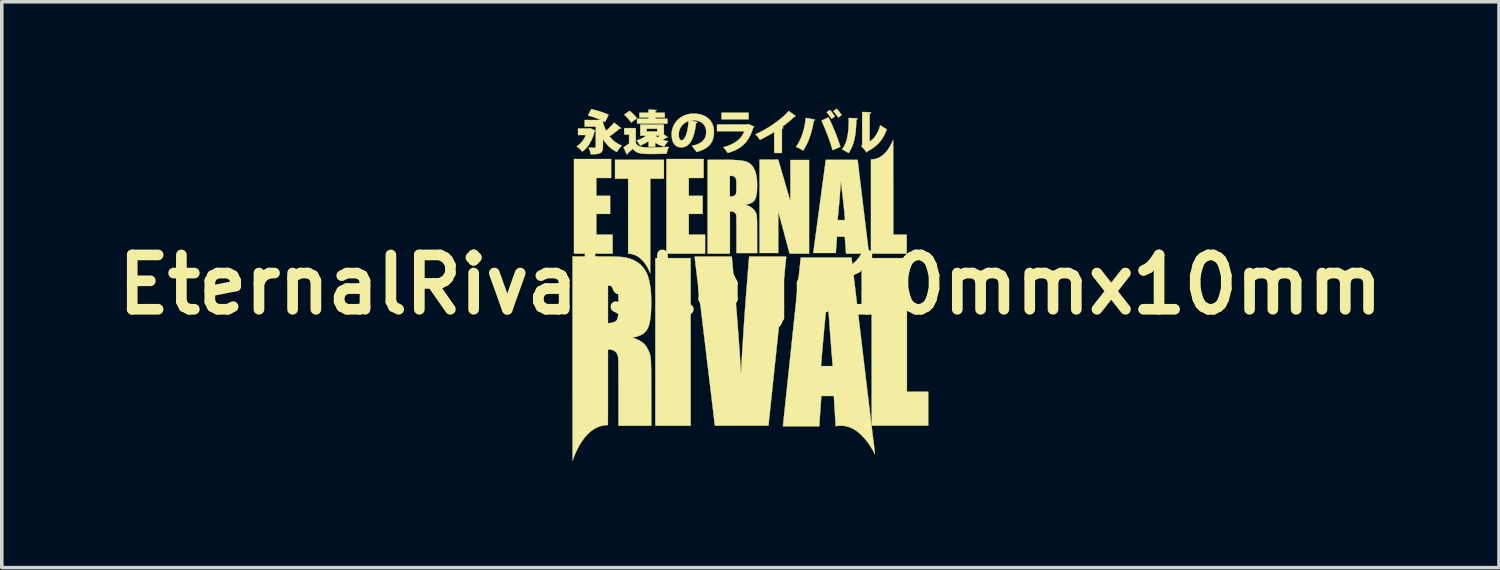
<source format=kicad_pcb>
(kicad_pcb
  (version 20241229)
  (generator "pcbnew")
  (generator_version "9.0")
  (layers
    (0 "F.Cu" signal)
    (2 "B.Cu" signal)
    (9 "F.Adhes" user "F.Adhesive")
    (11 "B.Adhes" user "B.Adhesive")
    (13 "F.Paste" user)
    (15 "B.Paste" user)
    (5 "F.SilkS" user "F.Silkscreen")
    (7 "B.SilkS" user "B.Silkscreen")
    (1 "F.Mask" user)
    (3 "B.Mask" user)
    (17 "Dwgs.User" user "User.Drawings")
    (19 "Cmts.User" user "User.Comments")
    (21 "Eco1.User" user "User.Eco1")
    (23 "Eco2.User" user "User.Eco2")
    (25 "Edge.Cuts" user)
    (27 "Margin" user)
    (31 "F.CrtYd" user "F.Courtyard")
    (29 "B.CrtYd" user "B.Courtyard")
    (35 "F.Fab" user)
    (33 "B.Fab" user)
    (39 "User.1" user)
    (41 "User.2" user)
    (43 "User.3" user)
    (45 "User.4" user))
  (footprint "EternalRivalsLogo10mmx10mm"
    (layer "F.Cu")
    (at 18.005 4.938)
    (property "Reference" "EternalRivalsLogo10mmx10mm" (at 0 0 0) (layer "F.SilkS") (effects (font (size 1.524 1.524) (thickness 0.3))))
    (attr through_hole)
    (fp_poly (pts (xy -0.051 -4.641) (xy -0.809 -4.641) (xy -0.809 -4.826) (xy -0.051 -4.826) (xy -0.051 -4.641)) (stroke (width 0.01) (type solid)) (fill yes) (layer "F.SilkS"))
    (fp_poly (pts (xy 4.391 3.003) (xy 4.989 3.003) (xy 4.989 3.952) (xy 3.404 3.952) (xy 3.404 -0.746) (xy 4.391 -0.746) (xy 4.391 3.003)) (stroke (width 0.01) (type solid)) (fill yes) (layer "F.SilkS"))
    (fp_poly (pts (xy -3.908 -2.995) (xy -4.324 -2.995) (xy -4.324 -2.493) (xy -3.936 -2.493) (xy -3.936 -1.987) (xy -4.324 -1.987) (xy -4.324 -1.404) (xy -3.867 -1.404) (xy -3.867 -0.874) (xy -4.95 -0.874) (xy -4.95 -3.526) (xy -3.908 -3.526) (xy -3.908 -2.995)) (stroke (width 0.01) (type solid)) (fill yes) (layer "F.SilkS"))
    (fp_poly (pts (xy -1.313 -2.995) (xy -1.729 -2.995) (xy -1.729 -2.493) (xy -1.341 -2.493) (xy -1.341 -1.987) (xy -1.729 -1.987) (xy -1.729 -1.404) (xy -1.272 -1.404) (xy -1.272 -0.874) (xy -2.355 -0.874) (xy -2.355 -3.526) (xy -1.313 -3.526) (xy -1.313 -2.995)) (stroke (width 0.01) (type solid)) (fill yes) (layer "F.SilkS"))
    (fp_poly (pts (xy -1.678 3.958) (xy -1.892 3.958) (xy -1.923 3.958) (xy -1.958 3.958) (xy -1.995 3.958) (xy -2.035 3.958) (xy -2.077 3.957) (xy -2.12 3.957) (xy -2.163 3.957) (xy -2.207 3.957) (xy -2.25 3.957) (xy -2.292 3.957) (xy -2.332 3.956) (xy -2.37 3.956) (xy -2.374 3.956) (xy -2.407 3.956) (xy -2.439 3.956) (xy -2.47 3.956) (xy -2.499 3.956) (xy -2.527 3.955) (xy -2.552 3.955) (xy -2.575 3.955) (xy -2.596 3.955) (xy -2.614 3.955) (xy -2.629 3.955) (xy -2.641 3.955) (xy -2.649 3.955) (xy -2.654 3.955) (xy -2.654 3.955) (xy -2.666 3.954) (xy -2.666 -0.746) (xy -1.678 -0.746) (xy -1.678 3.958)) (stroke (width 0.01) (type solid)) (fill yes) (layer "F.SilkS"))
    (fp_poly (pts (xy 0.519 -3.509) (xy 0.781 -3.508) (xy 0.952 -2.921) (xy 1.123 -2.334) (xy 1.124 -3.499) (xy 1.385 -3.499) (xy 1.646 -3.499) (xy 1.646 -0.872) (xy 1.1 -0.872) (xy 1.095 -0.892) (xy 1.094 -0.895) (xy 1.092 -0.902) (xy 1.089 -0.913) (xy 1.085 -0.928) (xy 1.08 -0.946) (xy 1.075 -0.966) (xy 1.069 -0.99) (xy 1.061 -1.017) (xy 1.054 -1.046) (xy 1.045 -1.078) (xy 1.036 -1.112) (xy 1.026 -1.148) (xy 1.016 -1.186) (xy 1.005 -1.226) (xy 0.994 -1.267) (xy 0.983 -1.311) (xy 0.971 -1.355) (xy 0.958 -1.401) (xy 0.946 -1.448) (xy 0.936 -1.486) (xy 0.781 -2.061) (xy 0.781 -1.475) (xy 0.78 -0.89) (xy 0.258 -0.89) (xy 0.258 -3.509) (xy 0.519 -3.509)) (stroke (width 0.01) (type solid)) (fill yes) (layer "F.SilkS"))
    (fp_poly (pts (xy -2.848 -4.911) (xy -2.841 -4.911) (xy -2.831 -4.911) (xy -2.819 -4.91) (xy -2.804 -4.909) (xy -2.788 -4.909) (xy -2.771 -4.908) (xy -2.753 -4.907) (xy -2.735 -4.906) (xy -2.716 -4.905) (xy -2.699 -4.904) (xy -2.683 -4.903) (xy -2.668 -4.902) (xy -2.655 -4.902) (xy -2.644 -4.901) (xy -2.637 -4.9) (xy -2.633 -4.9) (xy -2.632 -4.9) (xy -2.632 -4.898) (xy -2.634 -4.894) (xy -2.635 -4.891) (xy -2.64 -4.883) (xy -2.648 -4.877) (xy -2.659 -4.872) (xy -2.662 -4.872) (xy -2.67 -4.87) (xy -2.67 -4.824) (xy -2.404 -4.824) (xy -2.404 -4.692) (xy -2.67 -4.692) (xy -2.67 -4.655) (xy -2.329 -4.655) (xy -2.329 -4.519) (xy -3.18 -4.519) (xy -3.18 -4.655) (xy -2.859 -4.655) (xy -2.859 -4.692) (xy -3.113 -4.692) (xy -3.113 -4.824) (xy -2.859 -4.824) (xy -2.859 -4.911) (xy -2.851 -4.911) (xy -2.848 -4.911)) (stroke (width 0.01) (type solid)) (fill yes) (layer "F.SilkS"))
    (fp_poly (pts (xy 2.234 -4.898) (xy 2.24 -4.893) (xy 2.246 -4.887) (xy 2.255 -4.877) (xy 2.264 -4.866) (xy 2.275 -4.853) (xy 2.286 -4.839) (xy 2.298 -4.824) (xy 2.31 -4.808) (xy 2.322 -4.792) (xy 2.333 -4.775) (xy 2.344 -4.759) (xy 2.353 -4.745) (xy 2.358 -4.737) (xy 2.363 -4.729) (xy 2.366 -4.724) (xy 2.367 -4.721) (xy 2.367 -4.721) (xy 2.366 -4.719) (xy 2.361 -4.716) (xy 2.355 -4.711) (xy 2.346 -4.704) (xy 2.336 -4.697) (xy 2.326 -4.69) (xy 2.315 -4.682) (xy 2.305 -4.675) (xy 2.295 -4.668) (xy 2.287 -4.662) (xy 2.281 -4.658) (xy 2.277 -4.656) (xy 2.276 -4.655) (xy 2.274 -4.657) (xy 2.271 -4.661) (xy 2.267 -4.667) (xy 2.266 -4.668) (xy 2.256 -4.684) (xy 2.244 -4.702) (xy 2.231 -4.722) (xy 2.216 -4.743) (xy 2.201 -4.764) (xy 2.186 -4.784) (xy 2.171 -4.802) (xy 2.158 -4.818) (xy 2.157 -4.82) (xy 2.151 -4.827) (xy 2.145 -4.834) (xy 2.142 -4.839) (xy 2.14 -4.841) (xy 2.14 -4.841) (xy 2.143 -4.843) (xy 2.149 -4.847) (xy 2.157 -4.852) (xy 2.166 -4.858) (xy 2.176 -4.865) (xy 2.187 -4.872) (xy 2.198 -4.878) (xy 2.208 -4.885) (xy 2.217 -4.89) (xy 2.225 -4.895) (xy 2.229 -4.898) (xy 2.231 -4.899) (xy 2.234 -4.898)) (stroke (width 0.01) (type solid)) (fill yes) (layer "F.SilkS"))
    (fp_poly (pts (xy 2.423 -4.932) (xy 2.428 -4.928) (xy 2.435 -4.921) (xy 2.443 -4.912) (xy 2.453 -4.902) (xy 2.463 -4.889) (xy 2.475 -4.876) (xy 2.486 -4.861) (xy 2.498 -4.846) (xy 2.509 -4.831) (xy 2.521 -4.817) (xy 2.531 -4.802) (xy 2.54 -4.789) (xy 2.545 -4.782) (xy 2.55 -4.773) (xy 2.554 -4.767) (xy 2.557 -4.762) (xy 2.558 -4.759) (xy 2.557 -4.758) (xy 2.552 -4.754) (xy 2.546 -4.749) (xy 2.537 -4.743) (xy 2.527 -4.736) (xy 2.517 -4.728) (xy 2.506 -4.72) (xy 2.496 -4.713) (xy 2.486 -4.706) (xy 2.478 -4.7) (xy 2.471 -4.695) (xy 2.467 -4.693) (xy 2.465 -4.692) (xy 2.464 -4.694) (xy 2.46 -4.698) (xy 2.455 -4.705) (xy 2.45 -4.713) (xy 2.447 -4.717) (xy 2.438 -4.732) (xy 2.426 -4.749) (xy 2.412 -4.767) (xy 2.397 -4.787) (xy 2.382 -4.807) (xy 2.367 -4.826) (xy 2.353 -4.843) (xy 2.346 -4.852) (xy 2.339 -4.861) (xy 2.334 -4.867) (xy 2.33 -4.872) (xy 2.329 -4.874) (xy 2.329 -4.874) (xy 2.332 -4.876) (xy 2.337 -4.88) (xy 2.345 -4.885) (xy 2.355 -4.891) (xy 2.365 -4.898) (xy 2.376 -4.905) (xy 2.387 -4.912) (xy 2.397 -4.918) (xy 2.406 -4.924) (xy 2.413 -4.929) (xy 2.418 -4.932) (xy 2.42 -4.933) (xy 2.423 -4.932)) (stroke (width 0.01) (type solid)) (fill yes) (layer "F.SilkS"))
    (fp_poly (pts (xy -2.428 -2.975) (xy -2.81 -2.975) (xy -2.811 -1.646) (xy -2.811 -1.573) (xy -2.811 -1.501) (xy -2.811 -1.43) (xy -2.811 -1.36) (xy -2.811 -1.291) (xy -2.811 -1.224) (xy -2.811 -1.158) (xy -2.811 -1.094) (xy -2.811 -1.032) (xy -2.811 -0.972) (xy -2.811 -0.914) (xy -2.811 -0.857) (xy -2.811 -0.803) (xy -2.811 -0.751) (xy -2.812 -0.702) (xy -2.812 -0.655) (xy -2.812 -0.611) (xy -2.812 -0.569) (xy -2.812 -0.53) (xy -2.812 -0.494) (xy -2.812 -0.462) (xy -2.812 -0.432) (xy -2.812 -0.406) (xy -2.812 -0.382) (xy -2.812 -0.363) (xy -2.812 -0.347) (xy -2.812 -0.334) (xy -2.812 -0.326) (xy -2.813 -0.321) (xy -2.813 -0.32) (xy -2.814 -0.323) (xy -2.816 -0.328) (xy -2.819 -0.336) (xy -2.823 -0.345) (xy -2.824 -0.347) (xy -2.848 -0.406) (xy -2.875 -0.463) (xy -2.906 -0.517) (xy -2.939 -0.57) (xy -2.976 -0.619) (xy -2.982 -0.628) (xy -2.992 -0.64) (xy -3.004 -0.653) (xy -3.018 -0.668) (xy -3.033 -0.684) (xy -3.048 -0.699) (xy -3.063 -0.714) (xy -3.078 -0.728) (xy -3.091 -0.74) (xy -3.102 -0.75) (xy -3.105 -0.752) (xy -3.144 -0.78) (xy -3.184 -0.805) (xy -3.225 -0.826) (xy -3.267 -0.842) (xy -3.31 -0.855) (xy -3.354 -0.864) (xy -3.398 -0.869) (xy -3.405 -0.869) (xy -3.43 -0.87) (xy -3.43 -2.975) (xy -3.798 -2.975) (xy -3.798 -3.505) (xy -2.428 -3.505) (xy -2.428 -2.975)) (stroke (width 0.01) (type solid)) (fill yes) (layer "F.SilkS"))
    (fp_poly (pts (xy -3.389 -4.876) (xy -3.384 -4.872) (xy -3.377 -4.867) (xy -3.37 -4.86) (xy -3.365 -4.857) (xy -3.341 -4.836) (xy -3.317 -4.815) (xy -3.294 -4.793) (xy -3.271 -4.77) (xy -3.25 -4.749) (xy -3.23 -4.728) (xy -3.213 -4.708) (xy -3.199 -4.691) (xy -3.196 -4.687) (xy -3.19 -4.68) (xy -3.187 -4.675) (xy -3.186 -4.672) (xy -3.186 -4.67) (xy -3.187 -4.669) (xy -3.187 -4.669) (xy -3.19 -4.667) (xy -3.195 -4.663) (xy -3.203 -4.657) (xy -3.213 -4.649) (xy -3.225 -4.64) (xy -3.238 -4.63) (xy -3.253 -4.619) (xy -3.266 -4.609) (xy -3.282 -4.597) (xy -3.296 -4.586) (xy -3.309 -4.577) (xy -3.321 -4.568) (xy -3.33 -4.561) (xy -3.337 -4.556) (xy -3.342 -4.553) (xy -3.344 -4.552) (xy -3.346 -4.553) (xy -3.349 -4.558) (xy -3.354 -4.564) (xy -3.356 -4.568) (xy -3.371 -4.588) (xy -3.388 -4.61) (xy -3.408 -4.634) (xy -3.431 -4.66) (xy -3.456 -4.687) (xy -3.484 -4.715) (xy -3.495 -4.726) (xy -3.506 -4.738) (xy -3.516 -4.748) (xy -3.525 -4.757) (xy -3.531 -4.764) (xy -3.535 -4.769) (xy -3.537 -4.771) (xy -3.536 -4.771) (xy -3.534 -4.773) (xy -3.529 -4.777) (xy -3.521 -4.783) (xy -3.511 -4.79) (xy -3.5 -4.799) (xy -3.488 -4.808) (xy -3.474 -4.817) (xy -3.461 -4.827) (xy -3.448 -4.837) (xy -3.435 -4.846) (xy -3.423 -4.855) (xy -3.412 -4.862) (xy -3.403 -4.868) (xy -3.397 -4.873) (xy -3.392 -4.876) (xy -3.391 -4.877) (xy -3.389 -4.876)) (stroke (width 0.01) (type solid)) (fill yes) (layer "F.SilkS"))
    (fp_poly (pts (xy 4.003 -4.064) (xy 4.003 -4.063) (xy 4.004 -4.062) (xy 4.004 -4.06) (xy 4.004 -4.058) (xy 4.004 -4.054) (xy 4.004 -4.05) (xy 4.004 -4.044) (xy 4.005 -4.038) (xy 4.005 -4.03) (xy 4.005 -4.021) (xy 4.005 -4.011) (xy 4.005 -3.999) (xy 4.005 -3.986) (xy 4.005 -3.971) (xy 4.005 -3.954) (xy 4.005 -3.936) (xy 4.006 -3.915) (xy 4.006 -3.893) (xy 4.006 -3.868) (xy 4.006 -3.842) (xy 4.006 -3.813) (xy 4.006 -3.781) (xy 4.006 -3.748) (xy 4.006 -3.711) (xy 4.006 -3.672) (xy 4.006 -3.63) (xy 4.006 -3.586) (xy 4.006 -3.538) (xy 4.006 -3.488) (xy 4.006 -3.434) (xy 4.006 -3.377) (xy 4.006 -3.317) (xy 4.006 -3.254) (xy 4.006 -3.187) (xy 4.006 -3.117) (xy 4.006 -3.043) (xy 4.007 -2.965) (xy 4.007 -2.883) (xy 4.007 -2.798) (xy 4.007 -2.739) (xy 4.007 -1.404) (xy 4.385 -1.404) (xy 4.385 -0.872) (xy 3.383 -0.872) (xy 3.383 -3.513) (xy 3.405 -3.514) (xy 3.447 -3.518) (xy 3.486 -3.525) (xy 3.523 -3.534) (xy 3.56 -3.546) (xy 3.596 -3.561) (xy 3.606 -3.566) (xy 3.647 -3.589) (xy 3.687 -3.615) (xy 3.726 -3.645) (xy 3.763 -3.679) (xy 3.799 -3.717) (xy 3.834 -3.759) (xy 3.867 -3.804) (xy 3.899 -3.853) (xy 3.93 -3.906) (xy 3.948 -3.942) (xy 3.956 -3.956) (xy 3.964 -3.973) (xy 3.972 -3.992) (xy 3.981 -4.011) (xy 3.989 -4.03) (xy 3.996 -4.047) (xy 4.002 -4.062) (xy 4.002 -4.063) (xy 4.002 -4.064) (xy 4.003 -4.064) (xy 4.003 -4.064) (xy 4.003 -4.064)) (stroke (width 0.01) (type solid)) (fill yes) (layer "F.SilkS"))
    (fp_poly (pts (xy 1.561 -4.679) (xy 1.567 -4.678) (xy 1.576 -4.677) (xy 1.588 -4.674) (xy 1.602 -4.672) (xy 1.618 -4.669) (xy 1.636 -4.665) (xy 1.655 -4.662) (xy 1.674 -4.658) (xy 1.694 -4.654) (xy 1.713 -4.65) (xy 1.732 -4.646) (xy 1.75 -4.643) (xy 1.767 -4.64) (xy 1.782 -4.637) (xy 1.795 -4.634) (xy 1.805 -4.632) (xy 1.812 -4.63) (xy 1.816 -4.63) (xy 1.817 -4.63) (xy 1.816 -4.627) (xy 1.814 -4.623) (xy 1.811 -4.618) (xy 1.807 -4.613) (xy 1.804 -4.611) (xy 1.798 -4.608) (xy 1.791 -4.605) (xy 1.788 -4.604) (xy 1.779 -4.602) (xy 1.772 -4.563) (xy 1.758 -4.487) (xy 1.742 -4.412) (xy 1.725 -4.339) (xy 1.705 -4.268) (xy 1.684 -4.198) (xy 1.661 -4.131) (xy 1.637 -4.066) (xy 1.611 -4.004) (xy 1.584 -3.945) (xy 1.555 -3.89) (xy 1.525 -3.837) (xy 1.498 -3.794) (xy 1.492 -3.785) (xy 1.486 -3.776) (xy 1.482 -3.77) (xy 1.479 -3.766) (xy 1.478 -3.765) (xy 1.475 -3.765) (xy 1.471 -3.768) (xy 1.466 -3.771) (xy 1.448 -3.783) (xy 1.426 -3.796) (xy 1.403 -3.809) (xy 1.378 -3.822) (xy 1.353 -3.835) (xy 1.329 -3.847) (xy 1.306 -3.857) (xy 1.292 -3.862) (xy 1.286 -3.865) (xy 1.281 -3.867) (xy 1.279 -3.868) (xy 1.278 -3.868) (xy 1.279 -3.87) (xy 1.282 -3.874) (xy 1.286 -3.88) (xy 1.289 -3.883) (xy 1.321 -3.929) (xy 1.351 -3.979) (xy 1.379 -4.032) (xy 1.406 -4.088) (xy 1.431 -4.148) (xy 1.454 -4.21) (xy 1.475 -4.275) (xy 1.494 -4.343) (xy 1.511 -4.413) (xy 1.526 -4.486) (xy 1.539 -4.56) (xy 1.55 -4.637) (xy 1.553 -4.659) (xy 1.554 -4.669) (xy 1.555 -4.675) (xy 1.556 -4.678) (xy 1.558 -4.68) (xy 1.558 -4.68) (xy 1.561 -4.679)) (stroke (width 0.01) (type solid)) (fill yes) (layer "F.SilkS"))
    (fp_poly (pts (xy 2.191 -4.692) (xy 2.194 -4.687) (xy 2.198 -4.679) (xy 2.204 -4.669) (xy 2.21 -4.656) (xy 2.217 -4.642) (xy 2.225 -4.627) (xy 2.233 -4.611) (xy 2.241 -4.594) (xy 2.249 -4.577) (xy 2.256 -4.561) (xy 2.264 -4.545) (xy 2.27 -4.532) (xy 2.318 -4.423) (xy 2.365 -4.311) (xy 2.411 -4.194) (xy 2.453 -4.082) (xy 2.457 -4.071) (xy 2.461 -4.058) (xy 2.467 -4.042) (xy 2.473 -4.026) (xy 2.479 -4.008) (xy 2.485 -3.99) (xy 2.491 -3.971) (xy 2.497 -3.953) (xy 2.503 -3.936) (xy 2.508 -3.92) (xy 2.513 -3.905) (xy 2.517 -3.893) (xy 2.52 -3.883) (xy 2.522 -3.875) (xy 2.524 -3.871) (xy 2.524 -3.87) (xy 2.522 -3.869) (xy 2.517 -3.866) (xy 2.509 -3.862) (xy 2.498 -3.857) (xy 2.484 -3.851) (xy 2.469 -3.844) (xy 2.452 -3.837) (xy 2.434 -3.829) (xy 2.415 -3.82) (xy 2.395 -3.811) (xy 2.375 -3.803) (xy 2.355 -3.794) (xy 2.336 -3.786) (xy 2.317 -3.778) (xy 2.313 -3.776) (xy 2.307 -3.774) (xy 2.302 -3.79) (xy 2.299 -3.802) (xy 2.295 -3.817) (xy 2.289 -3.835) (xy 2.283 -3.854) (xy 2.276 -3.876) (xy 2.269 -3.898) (xy 2.262 -3.921) (xy 2.255 -3.943) (xy 2.248 -3.965) (xy 2.242 -3.983) (xy 2.218 -4.052) (xy 2.193 -4.122) (xy 2.167 -4.192) (xy 2.14 -4.262) (xy 2.113 -4.331) (xy 2.086 -4.398) (xy 2.058 -4.463) (xy 2.031 -4.525) (xy 2.009 -4.574) (xy 2.004 -4.584) (xy 2.001 -4.593) (xy 1.998 -4.599) (xy 1.997 -4.603) (xy 1.997 -4.604) (xy 1.999 -4.605) (xy 2.004 -4.607) (xy 2.013 -4.611) (xy 2.024 -4.617) (xy 2.037 -4.623) (xy 2.052 -4.63) (xy 2.069 -4.638) (xy 2.087 -4.646) (xy 2.093 -4.649) (xy 2.111 -4.658) (xy 2.128 -4.666) (xy 2.144 -4.673) (xy 2.158 -4.68) (xy 2.17 -4.685) (xy 2.179 -4.69) (xy 2.186 -4.692) (xy 2.189 -4.694) (xy 2.19 -4.694) (xy 2.191 -4.692)) (stroke (width 0.01) (type solid)) (fill yes) (layer "F.SilkS"))
    (fp_poly (pts (xy 2.77 -4.678) (xy 2.778 -4.677) (xy 2.788 -4.677) (xy 2.801 -4.676) (xy 2.817 -4.676) (xy 2.835 -4.675) (xy 2.854 -4.674) (xy 2.875 -4.673) (xy 2.891 -4.672) (xy 2.916 -4.671) (xy 2.937 -4.67) (xy 2.954 -4.669) (xy 2.968 -4.668) (xy 2.98 -4.668) (xy 2.989 -4.667) (xy 2.996 -4.666) (xy 3.001 -4.666) (xy 3.004 -4.665) (xy 3.006 -4.665) (xy 3.007 -4.664) (xy 3.007 -4.663) (xy 3.007 -4.663) (xy 3.006 -4.656) (xy 3.001 -4.649) (xy 2.995 -4.642) (xy 2.989 -4.638) (xy 2.983 -4.635) (xy 2.978 -4.633) (xy 2.975 -4.633) (xy 2.974 -4.633) (xy 2.973 -4.632) (xy 2.973 -4.63) (xy 2.972 -4.627) (xy 2.972 -4.622) (xy 2.971 -4.614) (xy 2.971 -4.604) (xy 2.97 -4.59) (xy 2.97 -4.576) (xy 2.968 -4.502) (xy 2.964 -4.432) (xy 2.96 -4.366) (xy 2.954 -4.303) (xy 2.947 -4.243) (xy 2.939 -4.186) (xy 2.929 -4.132) (xy 2.918 -4.08) (xy 2.906 -4.03) (xy 2.892 -3.983) (xy 2.877 -3.937) (xy 2.861 -3.892) (xy 2.856 -3.88) (xy 2.849 -3.865) (xy 2.841 -3.848) (xy 2.833 -3.83) (xy 2.823 -3.811) (xy 2.813 -3.792) (xy 2.803 -3.773) (xy 2.793 -3.755) (xy 2.784 -3.738) (xy 2.775 -3.724) (xy 2.767 -3.711) (xy 2.761 -3.702) (xy 2.759 -3.699) (xy 2.754 -3.694) (xy 2.74 -3.704) (xy 2.732 -3.709) (xy 2.722 -3.715) (xy 2.71 -3.722) (xy 2.696 -3.731) (xy 2.681 -3.739) (xy 2.665 -3.748) (xy 2.649 -3.757) (xy 2.634 -3.766) (xy 2.619 -3.774) (xy 2.606 -3.782) (xy 2.594 -3.788) (xy 2.585 -3.793) (xy 2.578 -3.797) (xy 2.574 -3.798) (xy 2.574 -3.8) (xy 2.577 -3.804) (xy 2.581 -3.811) (xy 2.587 -3.818) (xy 2.588 -3.82) (xy 2.612 -3.854) (xy 2.633 -3.891) (xy 2.653 -3.93) (xy 2.671 -3.973) (xy 2.688 -4.019) (xy 2.702 -4.068) (xy 2.715 -4.12) (xy 2.727 -4.175) (xy 2.736 -4.234) (xy 2.744 -4.296) (xy 2.75 -4.362) (xy 2.755 -4.431) (xy 2.758 -4.504) (xy 2.759 -4.58) (xy 2.759 -4.608) (xy 2.759 -4.678) (xy 2.767 -4.678) (xy 2.77 -4.678)) (stroke (width 0.01) (type solid)) (fill yes) (layer "F.SilkS"))
    (fp_poly (pts (xy -4.447 -4.369) (xy -4.433 -4.362) (xy -4.418 -4.355) (xy -4.403 -4.348) (xy -4.39 -4.342) (xy -4.38 -4.337) (xy -4.379 -4.337) (xy -4.352 -4.324) (xy -4.355 -4.318) (xy -4.359 -4.314) (xy -4.364 -4.308) (xy -4.367 -4.305) (xy -4.371 -4.301) (xy -4.373 -4.298) (xy -4.376 -4.295) (xy -4.378 -4.29) (xy -4.38 -4.282) (xy -4.383 -4.272) (xy -4.384 -4.267) (xy -4.401 -4.207) (xy -4.421 -4.15) (xy -4.443 -4.094) (xy -4.468 -4.041) (xy -4.495 -3.991) (xy -4.523 -3.943) (xy -4.554 -3.898) (xy -4.586 -3.857) (xy -4.62 -3.818) (xy -4.656 -3.783) (xy -4.693 -3.752) (xy -4.705 -3.743) (xy -4.712 -3.738) (xy -4.716 -3.736) (xy -4.718 -3.735) (xy -4.718 -3.736) (xy -4.718 -3.737) (xy -4.72 -3.739) (xy -4.724 -3.744) (xy -4.73 -3.75) (xy -4.738 -3.758) (xy -4.747 -3.768) (xy -4.757 -3.778) (xy -4.767 -3.789) (xy -4.778 -3.799) (xy -4.788 -3.809) (xy -4.798 -3.818) (xy -4.807 -3.826) (xy -4.812 -3.831) (xy -4.822 -3.84) (xy -4.833 -3.849) (xy -4.843 -3.857) (xy -4.852 -3.864) (xy -4.855 -3.866) (xy -4.862 -3.872) (xy -4.868 -3.877) (xy -4.872 -3.88) (xy -4.873 -3.881) (xy -4.871 -3.883) (xy -4.867 -3.886) (xy -4.864 -3.888) (xy -4.855 -3.894) (xy -4.844 -3.902) (xy -4.831 -3.911) (xy -4.818 -3.922) (xy -4.804 -3.932) (xy -4.792 -3.943) (xy -4.79 -3.945) (xy -4.757 -3.976) (xy -4.727 -4.011) (xy -4.698 -4.048) (xy -4.671 -4.088) (xy -4.648 -4.13) (xy -4.631 -4.164) (xy -4.626 -4.174) (xy -4.622 -4.183) (xy -4.619 -4.19) (xy -4.617 -4.195) (xy -4.616 -4.197) (xy -4.616 -4.197) (xy -4.616 -4.198) (xy -4.618 -4.199) (xy -4.621 -4.199) (xy -4.625 -4.199) (xy -4.631 -4.2) (xy -4.639 -4.2) (xy -4.65 -4.2) (xy -4.663 -4.2) (xy -4.68 -4.2) (xy -4.7 -4.2) (xy -4.724 -4.2) (xy -4.836 -4.2) (xy -4.836 -4.383) (xy -4.682 -4.383) (xy -4.647 -4.383) (xy -4.616 -4.383) (xy -4.589 -4.383) (xy -4.566 -4.384) (xy -4.546 -4.384) (xy -4.531 -4.384) (xy -4.519 -4.385) (xy -4.51 -4.385) (xy -4.508 -4.385) (xy -4.487 -4.388) (xy -4.447 -4.369)) (stroke (width 0.01) (type solid)) (fill yes) (layer "F.SilkS"))
    (fp_poly (pts (xy -0.059 -4.508) (xy -0.058 -4.507) (xy -0.053 -4.505) (xy -0.045 -4.502) (xy -0.035 -4.498) (xy -0.023 -4.492) (xy -0.009 -4.486) (xy 0.006 -4.48) (xy 0.021 -4.473) (xy 0.036 -4.466) (xy 0.051 -4.46) (xy 0.065 -4.453) (xy 0.078 -4.447) (xy 0.089 -4.442) (xy 0.098 -4.438) (xy 0.104 -4.435) (xy 0.107 -4.434) (xy 0.108 -4.433) (xy 0.106 -4.43) (xy 0.103 -4.426) (xy 0.097 -4.421) (xy 0.092 -4.416) (xy 0.087 -4.413) (xy 0.086 -4.412) (xy 0.084 -4.411) (xy 0.081 -4.409) (xy 0.079 -4.406) (xy 0.077 -4.401) (xy 0.075 -4.395) (xy 0.072 -4.385) (xy 0.069 -4.376) (xy 0.055 -4.333) (xy 0.038 -4.29) (xy 0.021 -4.248) (xy 0.003 -4.206) (xy -0.016 -4.167) (xy -0.035 -4.131) (xy -0.041 -4.122) (xy -0.052 -4.102) (xy -0.066 -4.081) (xy -0.081 -4.058) (xy -0.096 -4.037) (xy -0.111 -4.017) (xy -0.117 -4.009) (xy -0.13 -3.994) (xy -0.145 -3.977) (xy -0.162 -3.959) (xy -0.18 -3.941) (xy -0.198 -3.923) (xy -0.216 -3.907) (xy -0.232 -3.894) (xy -0.238 -3.889) (xy -0.282 -3.856) (xy -0.329 -3.825) (xy -0.38 -3.796) (xy -0.434 -3.77) (xy -0.492 -3.746) (xy -0.553 -3.723) (xy -0.599 -3.708) (xy -0.611 -3.705) (xy -0.62 -3.702) (xy -0.628 -3.699) (xy -0.634 -3.698) (xy -0.635 -3.697) (xy -0.637 -3.699) (xy -0.641 -3.703) (xy -0.645 -3.709) (xy -0.646 -3.711) (xy -0.655 -3.726) (xy -0.666 -3.743) (xy -0.681 -3.762) (xy -0.697 -3.783) (xy -0.715 -3.805) (xy -0.736 -3.829) (xy -0.738 -3.832) (xy -0.745 -3.84) (xy -0.751 -3.847) (xy -0.756 -3.852) (xy -0.758 -3.855) (xy -0.758 -3.856) (xy -0.756 -3.857) (xy -0.751 -3.859) (xy -0.743 -3.861) (xy -0.733 -3.864) (xy -0.722 -3.867) (xy -0.659 -3.886) (xy -0.6 -3.908) (xy -0.543 -3.932) (xy -0.489 -3.959) (xy -0.439 -3.988) (xy -0.391 -4.02) (xy -0.346 -4.055) (xy -0.344 -4.056) (xy -0.325 -4.074) (xy -0.305 -4.093) (xy -0.285 -4.114) (xy -0.266 -4.136) (xy -0.249 -4.158) (xy -0.233 -4.179) (xy -0.222 -4.196) (xy -0.214 -4.211) (xy -0.206 -4.226) (xy -0.198 -4.242) (xy -0.19 -4.258) (xy -0.184 -4.273) (xy -0.179 -4.287) (xy -0.176 -4.297) (xy -0.175 -4.3) (xy -0.174 -4.306) (xy -0.937 -4.306) (xy -0.937 -4.495) (xy -0.513 -4.495) (xy -0.089 -4.495) (xy -0.077 -4.502) (xy -0.07 -4.506) (xy -0.066 -4.508) (xy -0.062 -4.509) (xy -0.059 -4.508)) (stroke (width 0.01) (type solid)) (fill yes) (layer "F.SilkS"))
    (fp_poly (pts (xy 3.148 -4.846) (xy 3.156 -4.846) (xy 3.166 -4.846) (xy 3.179 -4.845) (xy 3.195 -4.844) (xy 3.213 -4.844) (xy 3.232 -4.843) (xy 3.253 -4.842) (xy 3.269 -4.841) (xy 3.386 -4.835) (xy 3.385 -4.828) (xy 3.383 -4.822) (xy 3.379 -4.816) (xy 3.378 -4.814) (xy 3.373 -4.81) (xy 3.366 -4.805) (xy 3.358 -4.801) (xy 3.351 -4.798) (xy 3.348 -4.798) (xy 3.348 -4.797) (xy 3.347 -4.797) (xy 3.347 -4.796) (xy 3.347 -4.794) (xy 3.346 -4.791) (xy 3.346 -4.787) (xy 3.346 -4.782) (xy 3.346 -4.776) (xy 3.346 -4.768) (xy 3.345 -4.758) (xy 3.345 -4.746) (xy 3.345 -4.732) (xy 3.345 -4.716) (xy 3.345 -4.698) (xy 3.345 -4.677) (xy 3.345 -4.653) (xy 3.345 -4.626) (xy 3.345 -4.596) (xy 3.345 -4.563) (xy 3.345 -4.527) (xy 3.345 -4.486) (xy 3.345 -4.442) (xy 3.345 -4.017) (xy 3.353 -4.022) (xy 3.366 -4.03) (xy 3.381 -4.041) (xy 3.397 -4.054) (xy 3.414 -4.068) (xy 3.431 -4.083) (xy 3.447 -4.099) (xy 3.462 -4.114) (xy 3.473 -4.126) (xy 3.501 -4.161) (xy 3.527 -4.2) (xy 3.552 -4.242) (xy 3.575 -4.287) (xy 3.596 -4.334) (xy 3.615 -4.383) (xy 3.631 -4.434) (xy 3.637 -4.456) (xy 3.64 -4.464) (xy 3.642 -4.47) (xy 3.644 -4.472) (xy 3.644 -4.472) (xy 3.647 -4.47) (xy 3.652 -4.467) (xy 3.659 -4.462) (xy 3.667 -4.456) (xy 3.669 -4.455) (xy 3.691 -4.44) (xy 3.717 -4.423) (xy 3.746 -4.406) (xy 3.779 -4.387) (xy 3.786 -4.383) (xy 3.798 -4.376) (xy 3.807 -4.371) (xy 3.815 -4.366) (xy 3.821 -4.362) (xy 3.824 -4.359) (xy 3.824 -4.359) (xy 3.824 -4.356) (xy 3.822 -4.351) (xy 3.819 -4.342) (xy 3.815 -4.332) (xy 3.812 -4.324) (xy 3.787 -4.262) (xy 3.76 -4.204) (xy 3.73 -4.149) (xy 3.699 -4.097) (xy 3.664 -4.048) (xy 3.627 -4.002) (xy 3.587 -3.958) (xy 3.544 -3.917) (xy 3.498 -3.878) (xy 3.449 -3.841) (xy 3.396 -3.806) (xy 3.351 -3.779) (xy 3.34 -3.773) (xy 3.33 -3.768) (xy 3.321 -3.763) (xy 3.314 -3.759) (xy 3.305 -3.754) (xy 3.299 -3.749) (xy 3.294 -3.743) (xy 3.288 -3.735) (xy 3.281 -3.728) (xy 3.274 -3.721) (xy 3.268 -3.717) (xy 3.267 -3.717) (xy 3.265 -3.717) (xy 3.262 -3.719) (xy 3.257 -3.724) (xy 3.251 -3.731) (xy 3.245 -3.738) (xy 3.239 -3.744) (xy 3.231 -3.753) (xy 3.222 -3.765) (xy 3.211 -3.778) (xy 3.198 -3.792) (xy 3.186 -3.807) (xy 3.173 -3.822) (xy 3.169 -3.826) (xy 3.113 -3.891) (xy 3.125 -3.907) (xy 3.137 -3.924) (xy 3.137 -4.846) (xy 3.145 -4.846) (xy 3.148 -4.846)) (stroke (width 0.01) (type solid)) (fill yes) (layer "F.SilkS"))
    (fp_poly (pts (xy -3.217 -3.975) (xy -3.206 -3.959) (xy -3.192 -3.939) (xy -3.176 -3.922) (xy -3.158 -3.907) (xy -3.137 -3.894) (xy -3.114 -3.883) (xy -3.089 -3.874) (xy -3.06 -3.867) (xy -3.028 -3.861) (xy -3 -3.858) (xy -2.981 -3.856) (xy -2.958 -3.855) (xy -2.932 -3.853) (xy -2.903 -3.852) (xy -2.87 -3.852) (xy -2.836 -3.851) (xy -2.799 -3.851) (xy -2.76 -3.851) (xy -2.72 -3.852) (xy -2.678 -3.852) (xy -2.635 -3.853) (xy -2.592 -3.854) (xy -2.549 -3.855) (xy -2.505 -3.857) (xy -2.462 -3.858) (xy -2.42 -3.86) (xy -2.378 -3.862) (xy -2.337 -3.864) (xy -2.31 -3.866) (xy -2.29 -3.868) (xy -2.299 -3.846) (xy -2.306 -3.827) (xy -2.314 -3.807) (xy -2.321 -3.786) (xy -2.328 -3.764) (xy -2.335 -3.743) (xy -2.34 -3.723) (xy -2.344 -3.706) (xy -2.347 -3.693) (xy -2.35 -3.678) (xy -2.378 -3.677) (xy -2.424 -3.675) (xy -2.47 -3.673) (xy -2.516 -3.672) (xy -2.562 -3.671) (xy -2.609 -3.67) (xy -2.654 -3.669) (xy -2.699 -3.669) (xy -2.742 -3.668) (xy -2.784 -3.668) (xy -2.824 -3.669) (xy -2.862 -3.669) (xy -2.898 -3.67) (xy -2.931 -3.671) (xy -2.961 -3.673) (xy -2.988 -3.674) (xy -3.011 -3.676) (xy -3.02 -3.677) (xy -3.052 -3.681) (xy -3.081 -3.686) (xy -3.107 -3.691) (xy -3.13 -3.698) (xy -3.153 -3.705) (xy -3.174 -3.714) (xy -3.18 -3.717) (xy -3.201 -3.727) (xy -3.219 -3.739) (xy -3.237 -3.751) (xy -3.254 -3.766) (xy -3.272 -3.783) (xy -3.277 -3.789) (xy -3.3 -3.813) (xy -3.305 -3.809) (xy -3.308 -3.806) (xy -3.313 -3.801) (xy -3.32 -3.795) (xy -3.328 -3.787) (xy -3.328 -3.787) (xy -3.34 -3.776) (xy -3.353 -3.764) (xy -3.367 -3.751) (xy -3.382 -3.738) (xy -3.396 -3.725) (xy -3.409 -3.713) (xy -3.421 -3.703) (xy -3.426 -3.699) (xy -3.434 -3.692) (xy -3.44 -3.687) (xy -3.443 -3.682) (xy -3.445 -3.678) (xy -3.446 -3.674) (xy -3.45 -3.665) (xy -3.455 -3.658) (xy -3.461 -3.654) (xy -3.465 -3.653) (xy -3.467 -3.653) (xy -3.468 -3.655) (xy -3.47 -3.658) (xy -3.473 -3.665) (xy -3.477 -3.674) (xy -3.482 -3.686) (xy -3.489 -3.699) (xy -3.495 -3.714) (xy -3.502 -3.73) (xy -3.51 -3.746) (xy -3.517 -3.763) (xy -3.525 -3.779) (xy -3.532 -3.795) (xy -3.539 -3.81) (xy -3.545 -3.823) (xy -3.55 -3.835) (xy -3.554 -3.844) (xy -3.557 -3.85) (xy -3.558 -3.854) (xy -3.558 -3.854) (xy -3.556 -3.856) (xy -3.552 -3.859) (xy -3.545 -3.863) (xy -3.537 -3.868) (xy -3.536 -3.869) (xy -3.518 -3.88) (xy -3.498 -3.893) (xy -3.476 -3.908) (xy -3.455 -3.922) (xy -3.434 -3.937) (xy -3.431 -3.939) (xy -3.404 -3.959) (xy -3.404 -4.214) (xy -3.54 -4.214) (xy -3.54 -4.393) (xy -3.217 -4.393) (xy -3.217 -3.975)) (stroke (width 0.01) (type solid)) (fill yes) (layer "F.SilkS"))
    (fp_poly (pts (xy 1.077 -4.87) (xy 1.082 -4.867) (xy 1.089 -4.862) (xy 1.099 -4.855) (xy 1.111 -4.847) (xy 1.124 -4.838) (xy 1.138 -4.827) (xy 1.153 -4.816) (xy 1.169 -4.805) (xy 1.184 -4.794) (xy 1.2 -4.783) (xy 1.214 -4.772) (xy 1.228 -4.762) (xy 1.241 -4.753) (xy 1.251 -4.745) (xy 1.26 -4.738) (xy 1.267 -4.733) (xy 1.27 -4.731) (xy 1.271 -4.73) (xy 1.271 -4.728) (xy 1.268 -4.724) (xy 1.264 -4.72) (xy 1.258 -4.717) (xy 1.252 -4.715) (xy 1.244 -4.713) (xy 1.237 -4.712) (xy 1.236 -4.712) (xy 1.233 -4.712) (xy 1.23 -4.711) (xy 1.227 -4.709) (xy 1.223 -4.706) (xy 1.217 -4.701) (xy 1.21 -4.695) (xy 1.2 -4.685) (xy 1.199 -4.684) (xy 1.138 -4.628) (xy 1.074 -4.573) (xy 1.009 -4.519) (xy 0.944 -4.469) (xy 0.923 -4.452) (xy 0.882 -4.422) (xy 0.899 -4.416) (xy 0.908 -4.413) (xy 0.915 -4.41) (xy 0.92 -4.409) (xy 0.922 -4.408) (xy 0.925 -4.406) (xy 0.926 -4.403) (xy 0.924 -4.399) (xy 0.92 -4.394) (xy 0.914 -4.388) (xy 0.906 -4.383) (xy 0.898 -4.379) (xy 0.891 -4.377) (xy 0.888 -4.377) (xy 0.884 -4.377) (xy 0.884 -3.696) (xy 0.669 -3.696) (xy 0.669 -3.99) (xy 0.669 -4.024) (xy 0.669 -4.057) (xy 0.668 -4.089) (xy 0.668 -4.119) (xy 0.668 -4.147) (xy 0.668 -4.174) (xy 0.668 -4.198) (xy 0.668 -4.219) (xy 0.668 -4.238) (xy 0.668 -4.254) (xy 0.668 -4.267) (xy 0.668 -4.276) (xy 0.668 -4.282) (xy 0.668 -4.283) (xy 0.666 -4.282) (xy 0.661 -4.28) (xy 0.654 -4.275) (xy 0.646 -4.27) (xy 0.642 -4.268) (xy 0.618 -4.254) (xy 0.592 -4.238) (xy 0.563 -4.221) (xy 0.532 -4.204) (xy 0.501 -4.186) (xy 0.468 -4.168) (xy 0.436 -4.151) (xy 0.405 -4.134) (xy 0.374 -4.118) (xy 0.345 -4.103) (xy 0.319 -4.089) (xy 0.295 -4.078) (xy 0.294 -4.078) (xy 0.267 -4.065) (xy 0.246 -4.095) (xy 0.23 -4.118) (xy 0.213 -4.141) (xy 0.196 -4.163) (xy 0.179 -4.183) (xy 0.163 -4.201) (xy 0.156 -4.208) (xy 0.15 -4.214) (xy 0.146 -4.219) (xy 0.144 -4.221) (xy 0.144 -4.221) (xy 0.147 -4.222) (xy 0.152 -4.224) (xy 0.159 -4.228) (xy 0.168 -4.232) (xy 0.17 -4.233) (xy 0.193 -4.243) (xy 0.218 -4.255) (xy 0.246 -4.269) (xy 0.275 -4.283) (xy 0.305 -4.299) (xy 0.334 -4.314) (xy 0.363 -4.33) (xy 0.391 -4.345) (xy 0.405 -4.353) (xy 0.468 -4.39) (xy 0.529 -4.427) (xy 0.589 -4.466) (xy 0.648 -4.505) (xy 0.705 -4.546) (xy 0.76 -4.586) (xy 0.812 -4.627) (xy 0.863 -4.668) (xy 0.91 -4.709) (xy 0.955 -4.749) (xy 0.996 -4.789) (xy 1.033 -4.829) (xy 1.05 -4.847) (xy 1.058 -4.856) (xy 1.065 -4.863) (xy 1.07 -4.868) (xy 1.074 -4.871) (xy 1.075 -4.872) (xy 1.077 -4.87)) (stroke (width 0.01) (type solid)) (fill yes) (layer "F.SilkS"))
    (fp_poly (pts (xy -2.428 -4.215) (xy -2.371 -4.176) (xy -2.358 -4.167) (xy -2.346 -4.159) (xy -2.335 -4.151) (xy -2.326 -4.145) (xy -2.319 -4.14) (xy -2.315 -4.138) (xy -2.315 -4.137) (xy -2.316 -4.134) (xy -2.321 -4.131) (xy -2.329 -4.129) (xy -2.338 -4.128) (xy -2.34 -4.127) (xy -2.347 -4.127) (xy -2.352 -4.126) (xy -2.357 -4.125) (xy -2.362 -4.122) (xy -2.369 -4.118) (xy -2.379 -4.113) (xy -2.38 -4.112) (xy -2.391 -4.105) (xy -2.405 -4.098) (xy -2.419 -4.09) (xy -2.431 -4.083) (xy -2.434 -4.081) (xy -2.444 -4.076) (xy -2.452 -4.071) (xy -2.458 -4.067) (xy -2.462 -4.065) (xy -2.463 -4.064) (xy -2.461 -4.063) (xy -2.455 -4.061) (xy -2.447 -4.058) (xy -2.436 -4.055) (xy -2.424 -4.052) (xy -2.41 -4.048) (xy -2.395 -4.045) (xy -2.379 -4.041) (xy -2.364 -4.038) (xy -2.35 -4.035) (xy -2.336 -4.033) (xy -2.328 -4.031) (xy -2.32 -4.03) (xy -2.313 -4.029) (xy -2.309 -4.028) (xy -2.309 -4.028) (xy -2.309 -4.026) (xy -2.312 -4.022) (xy -2.317 -4.016) (xy -2.321 -4.012) (xy -2.336 -3.994) (xy -2.352 -3.974) (xy -2.368 -3.953) (xy -2.383 -3.93) (xy -2.397 -3.909) (xy -2.406 -3.892) (xy -2.41 -3.885) (xy -2.413 -3.879) (xy -2.415 -3.876) (xy -2.415 -3.876) (xy -2.417 -3.876) (xy -2.422 -3.877) (xy -2.43 -3.879) (xy -2.44 -3.881) (xy -2.447 -3.883) (xy -2.486 -3.894) (xy -2.522 -3.907) (xy -2.556 -3.921) (xy -2.588 -3.936) (xy -2.62 -3.955) (xy -2.653 -3.976) (xy -2.668 -3.987) (xy -2.669 -3.987) (xy -2.67 -3.987) (xy -2.671 -3.986) (xy -2.671 -3.983) (xy -2.672 -3.979) (xy -2.672 -3.972) (xy -2.672 -3.962) (xy -2.672 -3.949) (xy -2.672 -3.933) (xy -2.672 -3.873) (xy -2.857 -3.873) (xy -2.857 -4.029) (xy -2.884 -4.011) (xy -2.935 -3.979) (xy -2.99 -3.95) (xy -3.047 -3.923) (xy -3.074 -3.912) (xy -3.093 -3.904) (xy -3.102 -3.919) (xy -3.113 -3.936) (xy -3.125 -3.954) (xy -3.138 -3.973) (xy -3.151 -3.991) (xy -3.164 -4.008) (xy -3.176 -4.023) (xy -3.18 -4.028) (xy -3.186 -4.034) (xy -3.19 -4.039) (xy -3.192 -4.043) (xy -3.192 -4.043) (xy -3.19 -4.044) (xy -3.186 -4.047) (xy -3.178 -4.049) (xy -3.171 -4.052) (xy -3.137 -4.064) (xy -3.101 -4.079) (xy -3.065 -4.095) (xy -3.03 -4.113) (xy -2.997 -4.132) (xy -2.966 -4.151) (xy -2.948 -4.164) (xy -2.925 -4.181) (xy -3.007 -4.181) (xy -3.089 -4.182) (xy -3.089 -4.184) (xy -2.659 -4.184) (xy -2.633 -4.158) (xy -2.624 -4.15) (xy -2.617 -4.143) (xy -2.611 -4.138) (xy -2.607 -4.134) (xy -2.605 -4.133) (xy -2.603 -4.134) (xy -2.598 -4.137) (xy -2.592 -4.142) (xy -2.587 -4.145) (xy -2.579 -4.151) (xy -2.57 -4.157) (xy -2.561 -4.164) (xy -2.553 -4.171) (xy -2.546 -4.176) (xy -2.541 -4.18) (xy -2.538 -4.183) (xy -2.538 -4.183) (xy -2.54 -4.183) (xy -2.545 -4.183) (xy -2.554 -4.184) (xy -2.565 -4.184) (xy -2.578 -4.184) (xy -2.593 -4.184) (xy -2.598 -4.184) (xy -2.659 -4.184) (xy -3.089 -4.184) (xy -3.089 -4.375) (xy -2.912 -4.375) (xy -2.912 -4.3) (xy -2.615 -4.3) (xy -2.615 -4.375) (xy -2.912 -4.375) (xy -3.089 -4.375) (xy -3.089 -4.491) (xy -2.428 -4.491) (xy -2.428 -4.215)) (stroke (width 0.01) (type solid)) (fill yes) (layer "F.SilkS"))
    (fp_poly (pts (xy 3.008 -3.502) (xy 3.166 -2.194) (xy 3.175 -2.121) (xy 3.184 -2.049) (xy 3.192 -1.979) (xy 3.2 -1.91) (xy 3.209 -1.842) (xy 3.217 -1.775) (xy 3.225 -1.71) (xy 3.232 -1.647) (xy 3.24 -1.585) (xy 3.247 -1.525) (xy 3.254 -1.467) (xy 3.261 -1.411) (xy 3.267 -1.357) (xy 3.273 -1.306) (xy 3.279 -1.257) (xy 3.285 -1.21) (xy 3.29 -1.166) (xy 3.295 -1.125) (xy 3.3 -1.086) (xy 3.304 -1.051) (xy 3.308 -1.018) (xy 3.312 -0.989) (xy 3.315 -0.962) (xy 3.318 -0.939) (xy 3.32 -0.92) (xy 3.322 -0.904) (xy 3.324 -0.891) (xy 3.325 -0.883) (xy 3.325 -0.878) (xy 3.326 -0.877) (xy 3.327 -0.87) (xy 2.685 -0.87) (xy 2.684 -0.883) (xy 2.683 -0.887) (xy 2.683 -0.895) (xy 2.682 -0.906) (xy 2.681 -0.92) (xy 2.679 -0.938) (xy 2.678 -0.957) (xy 2.676 -0.98) (xy 2.674 -1.004) (xy 2.672 -1.03) (xy 2.67 -1.058) (xy 2.668 -1.086) (xy 2.666 -1.115) (xy 2.664 -1.144) (xy 2.662 -1.172) (xy 2.66 -1.2) (xy 2.658 -1.225) (xy 2.656 -1.249) (xy 2.654 -1.27) (xy 2.653 -1.289) (xy 2.651 -1.306) (xy 2.65 -1.319) (xy 2.649 -1.329) (xy 2.649 -1.336) (xy 2.649 -1.339) (xy 2.648 -1.345) (xy 2.538 -1.345) (xy 2.513 -1.345) (xy 2.492 -1.345) (xy 2.474 -1.345) (xy 2.46 -1.345) (xy 2.449 -1.345) (xy 2.44 -1.344) (xy 2.434 -1.344) (xy 2.43 -1.344) (xy 2.429 -1.343) (xy 2.428 -1.343) (xy 2.428 -1.34) (xy 2.428 -1.334) (xy 2.427 -1.324) (xy 2.426 -1.311) (xy 2.425 -1.295) (xy 2.424 -1.277) (xy 2.422 -1.257) (xy 2.421 -1.235) (xy 2.419 -1.211) (xy 2.417 -1.187) (xy 2.416 -1.161) (xy 2.414 -1.135) (xy 2.412 -1.109) (xy 2.41 -1.083) (xy 2.408 -1.058) (xy 2.407 -1.033) (xy 2.405 -1.009) (xy 2.403 -0.987) (xy 2.402 -0.967) (xy 2.4 -0.948) (xy 2.399 -0.932) (xy 2.398 -0.919) (xy 2.397 -0.909) (xy 2.397 -0.902) (xy 2.397 -0.899) (xy 2.397 -0.899) (xy 2.395 -0.89) (xy 1.761 -0.89) (xy 1.763 -0.896) (xy 1.763 -0.901) (xy 1.765 -0.91) (xy 1.767 -0.923) (xy 1.769 -0.94) (xy 1.772 -0.961) (xy 1.776 -0.986) (xy 1.78 -1.015) (xy 1.784 -1.047) (xy 1.789 -1.084) (xy 1.795 -1.124) (xy 1.801 -1.168) (xy 1.808 -1.216) (xy 1.815 -1.268) (xy 1.822 -1.323) (xy 1.83 -1.382) (xy 1.839 -1.445) (xy 1.848 -1.512) (xy 1.857 -1.582) (xy 1.867 -1.656) (xy 1.878 -1.733) (xy 1.888 -1.813) (xy 2.445 -1.813) (xy 2.654 -1.813) (xy 2.653 -1.833) (xy 2.65 -1.874) (xy 2.647 -1.918) (xy 2.642 -1.966) (xy 2.638 -2.018) (xy 2.633 -2.073) (xy 2.627 -2.131) (xy 2.621 -2.191) (xy 2.614 -2.255) (xy 2.607 -2.321) (xy 2.599 -2.39) (xy 2.591 -2.461) (xy 2.583 -2.534) (xy 2.574 -2.609) (xy 2.565 -2.686) (xy 2.555 -2.764) (xy 2.554 -2.774) (xy 2.55 -2.802) (xy 2.547 -2.826) (xy 2.545 -2.846) (xy 2.542 -2.862) (xy 2.541 -2.875) (xy 2.539 -2.884) (xy 2.538 -2.89) (xy 2.537 -2.893) (xy 2.536 -2.893) (xy 2.536 -2.89) (xy 2.536 -2.885) (xy 2.536 -2.879) (xy 2.535 -2.869) (xy 2.534 -2.855) (xy 2.533 -2.839) (xy 2.532 -2.819) (xy 2.531 -2.796) (xy 2.529 -2.771) (xy 2.527 -2.744) (xy 2.525 -2.715) (xy 2.522 -2.684) (xy 2.52 -2.651) (xy 2.517 -2.617) (xy 2.514 -2.582) (xy 2.512 -2.547) (xy 2.509 -2.51) (xy 2.506 -2.474) (xy 2.503 -2.438) (xy 2.5 -2.401) (xy 2.497 -2.366) (xy 2.494 -2.331) (xy 2.491 -2.297) (xy 2.489 -2.264) (xy 2.486 -2.233) (xy 2.483 -2.204) (xy 2.481 -2.177) (xy 2.48 -2.166) (xy 2.478 -2.144) (xy 2.476 -2.121) (xy 2.474 -2.097) (xy 2.471 -2.072) (xy 2.469 -2.046) (xy 2.466 -2.02) (xy 2.464 -1.994) (xy 2.461 -1.969) (xy 2.459 -1.944) (xy 2.456 -1.921) (xy 2.454 -1.899) (xy 2.452 -1.879) (xy 2.45 -1.861) (xy 2.449 -1.846) (xy 2.447 -1.834) (xy 2.446 -1.825) (xy 2.446 -1.819) (xy 2.446 -1.818) (xy 2.445 -1.813) (xy 1.888 -1.813) (xy 1.889 -1.814) (xy 1.9 -1.898) (xy 1.912 -1.986) (xy 1.924 -2.078) (xy 1.937 -2.172) (xy 1.95 -2.271) (xy 1.964 -2.373) (xy 1.964 -2.373) (xy 1.973 -2.44) (xy 1.982 -2.506) (xy 1.99 -2.571) (xy 1.999 -2.634) (xy 2.007 -2.697) (xy 2.015 -2.757) (xy 2.023 -2.816) (xy 2.031 -2.874) (xy 2.039 -2.93) (xy 2.046 -2.984) (xy 2.053 -3.035) (xy 2.059 -3.085) (xy 2.066 -3.132) (xy 2.072 -3.177) (xy 2.078 -3.22) (xy 2.083 -3.26) (xy 2.088 -3.297) (xy 2.093 -3.332) (xy 2.097 -3.363) (xy 2.101 -3.391) (xy 2.104 -3.416) (xy 2.107 -3.438) (xy 2.109 -3.457) (xy 2.111 -3.472) (xy 2.113 -3.483) (xy 2.114 -3.491) (xy 2.114 -3.494) (xy 2.115 -3.495) (xy 2.116 -3.503) (xy 3.008 -3.502)) (stroke (width 0.01) (type solid)) (fill yes) (layer "F.SilkS"))
    (fp_poly (pts (xy -4.456 -4.923) (xy -4.45 -4.922) (xy -4.441 -4.92) (xy -4.429 -4.917) (xy -4.415 -4.913) (xy -4.399 -4.909) (xy -4.381 -4.905) (xy -4.364 -4.901) (xy -4.346 -4.896) (xy -4.329 -4.891) (xy -4.313 -4.887) (xy -4.298 -4.883) (xy -4.296 -4.882) (xy -4.246 -4.868) (xy -4.2 -4.853) (xy -4.157 -4.839) (xy -4.116 -4.824) (xy -4.077 -4.809) (xy -4.067 -4.805) (xy -4.056 -4.801) (xy -4.043 -4.795) (xy -4.03 -4.79) (xy -4.018 -4.784) (xy -4.006 -4.779) (xy -3.996 -4.774) (xy -3.988 -4.771) (xy -3.983 -4.768) (xy -3.981 -4.767) (xy -3.982 -4.765) (xy -3.983 -4.761) (xy -3.986 -4.754) (xy -3.991 -4.744) (xy -3.997 -4.731) (xy -4.005 -4.715) (xy -4.014 -4.695) (xy -4.026 -4.672) (xy -4.028 -4.668) (xy -4.037 -4.65) (xy -4.046 -4.632) (xy -4.054 -4.616) (xy -4.061 -4.602) (xy -4.068 -4.59) (xy -4.072 -4.58) (xy -4.076 -4.573) (xy -4.078 -4.57) (xy -4.078 -4.569) (xy -4.081 -4.569) (xy -4.086 -4.571) (xy -4.094 -4.575) (xy -4.103 -4.579) (xy -4.109 -4.582) (xy -4.137 -4.597) (xy -4.137 -4.546) (xy -4.12 -4.494) (xy -4.111 -4.467) (xy -4.101 -4.441) (xy -4.092 -4.415) (xy -4.082 -4.39) (xy -4.073 -4.368) (xy -4.064 -4.348) (xy -4.061 -4.342) (xy -4.051 -4.32) (xy -4.023 -4.344) (xy -3.995 -4.369) (xy -3.967 -4.394) (xy -3.94 -4.42) (xy -3.914 -4.446) (xy -3.89 -4.471) (xy -3.867 -4.495) (xy -3.848 -4.518) (xy -3.836 -4.533) (xy -3.831 -4.539) (xy -3.827 -4.543) (xy -3.824 -4.545) (xy -3.824 -4.546) (xy -3.822 -4.544) (xy -3.817 -4.541) (xy -3.81 -4.535) (xy -3.8 -4.527) (xy -3.786 -4.517) (xy -3.77 -4.504) (xy -3.751 -4.489) (xy -3.729 -4.471) (xy -3.704 -4.451) (xy -3.675 -4.428) (xy -3.644 -4.403) (xy -3.625 -4.388) (xy -3.626 -4.386) (xy -3.629 -4.384) (xy -3.634 -4.381) (xy -3.64 -4.379) (xy -3.64 -4.379) (xy -3.646 -4.378) (xy -3.655 -4.377) (xy -3.663 -4.377) (xy -3.678 -4.377) (xy -3.694 -4.362) (xy -3.716 -4.342) (xy -3.742 -4.32) (xy -3.77 -4.298) (xy -3.799 -4.275) (xy -3.828 -4.252) (xy -3.858 -4.229) (xy -3.888 -4.208) (xy -3.916 -4.189) (xy -3.922 -4.185) (xy -3.954 -4.163) (xy -3.948 -4.155) (xy -3.911 -4.111) (xy -3.871 -4.07) (xy -3.828 -4.032) (xy -3.783 -3.997) (xy -3.736 -3.966) (xy -3.685 -3.937) (xy -3.632 -3.912) (xy -3.617 -3.905) (xy -3.609 -3.902) (xy -3.631 -3.88) (xy -3.646 -3.864) (xy -3.662 -3.845) (xy -3.679 -3.825) (xy -3.695 -3.804) (xy -3.71 -3.783) (xy -3.723 -3.763) (xy -3.735 -3.745) (xy -3.739 -3.738) (xy -3.742 -3.732) (xy -3.745 -3.727) (xy -3.746 -3.725) (xy -3.746 -3.725) (xy -3.748 -3.725) (xy -3.753 -3.728) (xy -3.761 -3.732) (xy -3.77 -3.736) (xy -3.781 -3.742) (xy -3.792 -3.749) (xy -3.804 -3.755) (xy -3.815 -3.762) (xy -3.826 -3.768) (xy -3.835 -3.774) (xy -3.838 -3.775) (xy -3.883 -3.806) (xy -3.926 -3.839) (xy -3.968 -3.876) (xy -4.008 -3.917) (xy -4.046 -3.96) (xy -4.082 -4.006) (xy -4.114 -4.054) (xy -4.121 -4.064) (xy -4.136 -4.089) (xy -4.137 -3.956) (xy -4.138 -3.927) (xy -4.138 -3.902) (xy -4.138 -3.881) (xy -4.139 -3.862) (xy -4.139 -3.847) (xy -4.14 -3.833) (xy -4.14 -3.822) (xy -4.141 -3.812) (xy -4.142 -3.804) (xy -4.143 -3.796) (xy -4.145 -3.79) (xy -4.146 -3.783) (xy -4.148 -3.777) (xy -4.15 -3.77) (xy -4.151 -3.77) (xy -4.157 -3.753) (xy -4.165 -3.739) (xy -4.175 -3.726) (xy -4.183 -3.717) (xy -4.197 -3.705) (xy -4.213 -3.695) (xy -4.233 -3.686) (xy -4.254 -3.678) (xy -4.28 -3.672) (xy -4.308 -3.667) (xy -4.34 -3.664) (xy -4.365 -3.662) (xy -4.379 -3.661) (xy -4.394 -3.66) (xy -4.409 -3.66) (xy -4.424 -3.659) (xy -4.438 -3.659) (xy -4.451 -3.659) (xy -4.462 -3.658) (xy -4.47 -3.659) (xy -4.475 -3.659) (xy -4.477 -3.659) (xy -4.478 -3.662) (xy -4.479 -3.665) (xy -4.479 -3.669) (xy -4.481 -3.677) (xy -4.483 -3.687) (xy -4.486 -3.699) (xy -4.489 -3.712) (xy -4.493 -3.725) (xy -4.497 -3.737) (xy -4.499 -3.744) (xy -4.508 -3.772) (xy -4.518 -3.798) (xy -4.529 -3.822) (xy -4.531 -3.827) (xy -4.534 -3.834) (xy -4.536 -3.84) (xy -4.537 -3.843) (xy -4.537 -3.844) (xy -4.535 -3.844) (xy -4.529 -3.844) (xy -4.52 -3.844) (xy -4.508 -3.844) (xy -4.494 -3.843) (xy -4.479 -3.843) (xy -4.461 -3.843) (xy -4.457 -3.842) (xy -4.434 -3.842) (xy -4.415 -3.841) (xy -4.399 -3.841) (xy -4.386 -3.841) (xy -4.376 -3.841) (xy -4.368 -3.842) (xy -4.361 -3.842) (xy -4.356 -3.843) (xy -4.352 -3.845) (xy -4.349 -3.846) (xy -4.348 -3.846) (xy -4.346 -3.847) (xy -4.345 -3.848) (xy -4.344 -3.848) (xy -4.343 -3.85) (xy -4.342 -3.852) (xy -4.341 -3.854) (xy -4.34 -3.858) (xy -4.34 -3.863) (xy -4.339 -3.87) (xy -4.339 -3.878) (xy -4.338 -3.888) (xy -4.338 -3.9) (xy -4.338 -3.914) (xy -4.337 -3.93) (xy -4.337 -3.95) (xy -4.337 -3.972) (xy -4.337 -3.997) (xy -4.337 -4.025) (xy -4.337 -4.056) (xy -4.337 -4.091) (xy -4.337 -4.13) (xy -4.337 -4.147) (xy -4.336 -4.436) (xy -4.493 -4.436) (xy -4.649 -4.436) (xy -4.649 -4.621) (xy -4.421 -4.621) (xy -4.193 -4.622) (xy -4.23 -4.637) (xy -4.317 -4.671) (xy -4.396 -4.699) (xy -4.413 -4.705) (xy -4.431 -4.711) (xy -4.45 -4.717) (xy -4.469 -4.723) (xy -4.487 -4.728) (xy -4.505 -4.733) (xy -4.52 -4.738) (xy -4.534 -4.742) (xy -4.544 -4.744) (xy -4.545 -4.745) (xy -4.551 -4.746) (xy -4.555 -4.748) (xy -4.556 -4.749) (xy -4.555 -4.751) (xy -4.552 -4.757) (xy -4.548 -4.765) (xy -4.543 -4.776) (xy -4.536 -4.789) (xy -4.528 -4.804) (xy -4.52 -4.82) (xy -4.511 -4.837) (xy -4.511 -4.838) (xy -4.465 -4.924) (xy -4.456 -4.923)) (stroke (width 0.01) (type solid)) (fill yes) (layer "F.SilkS"))
    (fp_poly (pts (xy -1.561 -4.799) (xy -1.514 -4.796) (xy -1.469 -4.791) (xy -1.426 -4.784) (xy -1.385 -4.773) (xy -1.345 -4.76) (xy -1.307 -4.745) (xy -1.287 -4.736) (xy -1.248 -4.715) (xy -1.212 -4.69) (xy -1.179 -4.664) (xy -1.148 -4.634) (xy -1.121 -4.602) (xy -1.097 -4.567) (xy -1.076 -4.531) (xy -1.059 -4.492) (xy -1.044 -4.451) (xy -1.034 -4.41) (xy -1.028 -4.37) (xy -1.024 -4.328) (xy -1.023 -4.285) (xy -1.024 -4.241) (xy -1.027 -4.197) (xy -1.029 -4.181) (xy -1.037 -4.135) (xy -1.049 -4.092) (xy -1.063 -4.051) (xy -1.08 -4.013) (xy -1.101 -3.977) (xy -1.125 -3.943) (xy -1.153 -3.911) (xy -1.184 -3.881) (xy -1.215 -3.856) (xy -1.246 -3.834) (xy -1.28 -3.814) (xy -1.318 -3.794) (xy -1.358 -3.776) (xy -1.401 -3.759) (xy -1.446 -3.743) (xy -1.477 -3.734) (xy -1.488 -3.731) (xy -1.497 -3.728) (xy -1.505 -3.726) (xy -1.51 -3.724) (xy -1.511 -3.724) (xy -1.513 -3.725) (xy -1.517 -3.729) (xy -1.521 -3.736) (xy -1.527 -3.744) (xy -1.529 -3.748) (xy -1.555 -3.786) (xy -1.582 -3.822) (xy -1.61 -3.855) (xy -1.624 -3.871) (xy -1.632 -3.881) (xy -1.638 -3.888) (xy -1.641 -3.892) (xy -1.642 -3.894) (xy -1.642 -3.894) (xy -1.639 -3.895) (xy -1.633 -3.896) (xy -1.624 -3.898) (xy -1.615 -3.901) (xy -1.615 -3.901) (xy -1.566 -3.913) (xy -1.52 -3.927) (xy -1.478 -3.943) (xy -1.439 -3.962) (xy -1.403 -3.982) (xy -1.372 -4.004) (xy -1.343 -4.028) (xy -1.318 -4.055) (xy -1.297 -4.083) (xy -1.279 -4.113) (xy -1.264 -4.145) (xy -1.264 -4.146) (xy -1.256 -4.169) (xy -1.25 -4.192) (xy -1.245 -4.215) (xy -1.242 -4.239) (xy -1.241 -4.266) (xy -1.241 -4.285) (xy -1.241 -4.309) (xy -1.243 -4.33) (xy -1.245 -4.349) (xy -1.248 -4.367) (xy -1.253 -4.385) (xy -1.258 -4.399) (xy -1.27 -4.43) (xy -1.284 -4.458) (xy -1.301 -4.484) (xy -1.322 -4.508) (xy -1.328 -4.514) (xy -1.353 -4.537) (xy -1.381 -4.557) (xy -1.412 -4.573) (xy -1.445 -4.587) (xy -1.472 -4.596) (xy -1.488 -4.601) (xy -1.503 -4.604) (xy -1.517 -4.607) (xy -1.531 -4.609) (xy -1.546 -4.61) (xy -1.563 -4.611) (xy -1.583 -4.611) (xy -1.604 -4.612) (xy -1.621 -4.611) (xy -1.635 -4.611) (xy -1.648 -4.611) (xy -1.658 -4.61) (xy -1.665 -4.61) (xy -1.668 -4.609) (xy -1.668 -4.609) (xy -1.667 -4.608) (xy -1.663 -4.607) (xy -1.658 -4.605) (xy -1.65 -4.603) (xy -1.639 -4.6) (xy -1.625 -4.596) (xy -1.607 -4.592) (xy -1.586 -4.587) (xy -1.578 -4.585) (xy -1.559 -4.581) (xy -1.542 -4.577) (xy -1.526 -4.573) (xy -1.511 -4.569) (xy -1.5 -4.567) (xy -1.491 -4.564) (xy -1.485 -4.563) (xy -1.483 -4.562) (xy -1.482 -4.559) (xy -1.485 -4.555) (xy -1.49 -4.551) (xy -1.496 -4.547) (xy -1.503 -4.543) (xy -1.51 -4.541) (xy -1.517 -4.54) (xy -1.517 -4.54) (xy -1.522 -4.539) (xy -1.524 -4.537) (xy -1.525 -4.533) (xy -1.525 -4.529) (xy -1.527 -4.522) (xy -1.528 -4.512) (xy -1.53 -4.5) (xy -1.532 -4.487) (xy -1.532 -4.483) (xy -1.541 -4.422) (xy -1.551 -4.366) (xy -1.562 -4.313) (xy -1.574 -4.263) (xy -1.587 -4.216) (xy -1.601 -4.171) (xy -1.603 -4.165) (xy -1.619 -4.123) (xy -1.635 -4.084) (xy -1.652 -4.049) (xy -1.67 -4.017) (xy -1.689 -3.989) (xy -1.71 -3.962) (xy -1.725 -3.946) (xy -1.743 -3.928) (xy -1.761 -3.913) (xy -1.779 -3.9) (xy -1.8 -3.888) (xy -1.807 -3.884) (xy -1.833 -3.873) (xy -1.858 -3.864) (xy -1.883 -3.859) (xy -1.91 -3.855) (xy -1.939 -3.854) (xy -1.94 -3.854) (xy -1.972 -3.856) (xy -2.002 -3.86) (xy -2.03 -3.868) (xy -2.056 -3.879) (xy -2.08 -3.893) (xy -2.103 -3.911) (xy -2.117 -3.925) (xy -2.136 -3.947) (xy -2.153 -3.971) (xy -2.168 -3.998) (xy -2.18 -4.027) (xy -2.19 -4.06) (xy -2.198 -4.095) (xy -2.203 -4.121) (xy -2.205 -4.136) (xy -2.206 -4.153) (xy -2.207 -4.173) (xy -2.208 -4.194) (xy -2.208 -4.216) (xy -2.208 -4.222) (xy -2.009 -4.222) (xy -2.009 -4.202) (xy -2.008 -4.179) (xy -2.006 -4.158) (xy -2.003 -4.14) (xy -2 -4.123) (xy -1.997 -4.114) (xy -1.99 -4.095) (xy -1.981 -4.079) (xy -1.971 -4.067) (xy -1.959 -4.059) (xy -1.946 -4.054) (xy -1.931 -4.053) (xy -1.915 -4.056) (xy -1.909 -4.058) (xy -1.893 -4.066) (xy -1.877 -4.078) (xy -1.862 -4.094) (xy -1.848 -4.113) (xy -1.834 -4.136) (xy -1.821 -4.162) (xy -1.808 -4.191) (xy -1.797 -4.224) (xy -1.786 -4.259) (xy -1.776 -4.297) (xy -1.766 -4.338) (xy -1.758 -4.381) (xy -1.751 -4.427) (xy -1.744 -4.475) (xy -1.739 -4.525) (xy -1.736 -4.553) (xy -1.736 -4.564) (xy -1.735 -4.575) (xy -1.734 -4.583) (xy -1.734 -4.588) (xy -1.734 -4.59) (xy -1.736 -4.59) (xy -1.742 -4.588) (xy -1.749 -4.585) (xy -1.758 -4.581) (xy -1.768 -4.577) (xy -1.779 -4.572) (xy -1.788 -4.568) (xy -1.793 -4.565) (xy -1.828 -4.545) (xy -1.861 -4.523) (xy -1.891 -4.497) (xy -1.918 -4.468) (xy -1.942 -4.437) (xy -1.963 -4.403) (xy -1.973 -4.382) (xy -1.986 -4.352) (xy -1.996 -4.321) (xy -2.004 -4.289) (xy -2.008 -4.257) (xy -2.009 -4.222) (xy -2.208 -4.222) (xy -2.208 -4.237) (xy -2.207 -4.258) (xy -2.206 -4.276) (xy -2.205 -4.291) (xy -2.204 -4.297) (xy -2.198 -4.333) (xy -2.19 -4.367) (xy -2.18 -4.4) (xy -2.169 -4.431) (xy -2.155 -4.463) (xy -2.151 -4.471) (xy -2.131 -4.509) (xy -2.109 -4.544) (xy -2.084 -4.577) (xy -2.056 -4.609) (xy -2.052 -4.614) (xy -2.016 -4.648) (xy -1.978 -4.679) (xy -1.937 -4.706) (xy -1.895 -4.73) (xy -1.85 -4.751) (xy -1.803 -4.768) (xy -1.755 -4.782) (xy -1.734 -4.787) (xy -1.715 -4.79) (xy -1.697 -4.793) (xy -1.679 -4.796) (xy -1.66 -4.797) (xy -1.639 -4.798) (xy -1.615 -4.799) (xy -1.611 -4.799) (xy -1.561 -4.799)) (stroke (width 0.01) (type solid)) (fill yes) (layer "F.SilkS"))
    (fp_poly (pts (xy -0.909 -3.505) (xy -0.86 -3.505) (xy -0.816 -3.505) (xy -0.774 -3.505) (xy -0.737 -3.505) (xy -0.702 -3.505) (xy -0.67 -3.505) (xy -0.64 -3.504) (xy -0.613 -3.504) (xy -0.588 -3.504) (xy -0.564 -3.503) (xy -0.542 -3.503) (xy -0.522 -3.502) (xy -0.502 -3.502) (xy -0.483 -3.501) (xy -0.465 -3.5) (xy -0.447 -3.499) (xy -0.429 -3.498) (xy -0.425 -3.498) (xy -0.376 -3.495) (xy -0.331 -3.491) (xy -0.289 -3.487) (xy -0.251 -3.483) (xy -0.216 -3.477) (xy -0.184 -3.471) (xy -0.154 -3.465) (xy -0.127 -3.457) (xy -0.102 -3.448) (xy -0.079 -3.438) (xy -0.057 -3.427) (xy -0.037 -3.415) (xy -0.018 -3.402) (xy 0.000219 -3.387) (xy 0.018 -3.371) (xy 0.024 -3.365) (xy 0.049 -3.337) (xy 0.072 -3.307) (xy 0.093 -3.273) (xy 0.111 -3.237) (xy 0.128 -3.197) (xy 0.143 -3.154) (xy 0.155 -3.108) (xy 0.166 -3.059) (xy 0.175 -3.007) (xy 0.182 -2.95) (xy 0.185 -2.914) (xy 0.186 -2.903) (xy 0.187 -2.888) (xy 0.187 -2.871) (xy 0.187 -2.851) (xy 0.188 -2.83) (xy 0.188 -2.807) (xy 0.188 -2.784) (xy 0.188 -2.76) (xy 0.188 -2.737) (xy 0.187 -2.716) (xy 0.187 -2.696) (xy 0.186 -2.678) (xy 0.186 -2.663) (xy 0.185 -2.653) (xy 0.182 -2.609) (xy 0.177 -2.569) (xy 0.171 -2.532) (xy 0.165 -2.499) (xy 0.158 -2.469) (xy 0.149 -2.441) (xy 0.14 -2.417) (xy 0.129 -2.394) (xy 0.118 -2.374) (xy 0.113 -2.368) (xy 0.096 -2.346) (xy 0.074 -2.325) (xy 0.05 -2.307) (xy 0.022 -2.291) (xy -0.009 -2.277) (xy -0.043 -2.266) (xy -0.051 -2.264) (xy -0.062 -2.261) (xy -0.075 -2.258) (xy -0.089 -2.255) (xy -0.103 -2.253) (xy -0.117 -2.25) (xy -0.128 -2.249) (xy -0.138 -2.248) (xy -0.143 -2.247) (xy -0.145 -2.247) (xy -0.145 -2.246) (xy -0.143 -2.245) (xy -0.138 -2.243) (xy -0.129 -2.24) (xy -0.117 -2.236) (xy -0.116 -2.235) (xy -0.072 -2.219) (xy -0.031 -2.2) (xy 0.006 -2.18) (xy 0.039 -2.157) (xy 0.069 -2.133) (xy 0.096 -2.106) (xy 0.119 -2.078) (xy 0.138 -2.047) (xy 0.154 -2.015) (xy 0.167 -1.98) (xy 0.169 -1.973) (xy 0.171 -1.963) (xy 0.173 -1.952) (xy 0.175 -1.939) (xy 0.177 -1.925) (xy 0.179 -1.908) (xy 0.181 -1.889) (xy 0.182 -1.867) (xy 0.184 -1.841) (xy 0.185 -1.819) (xy 0.185 -1.811) (xy 0.186 -1.8) (xy 0.186 -1.785) (xy 0.186 -1.766) (xy 0.187 -1.743) (xy 0.187 -1.716) (xy 0.187 -1.686) (xy 0.187 -1.653) (xy 0.187 -1.616) (xy 0.188 -1.575) (xy 0.188 -1.532) (xy 0.188 -1.485) (xy 0.188 -1.435) (xy 0.188 -1.382) (xy 0.188 -1.332) (xy 0.189 -0.888) (xy -0.39 -0.888) (xy -0.391 -1.389) (xy -0.391 -1.446) (xy -0.391 -1.498) (xy -0.391 -1.546) (xy -0.391 -1.591) (xy -0.391 -1.633) (xy -0.391 -1.671) (xy -0.391 -1.706) (xy -0.392 -1.738) (xy -0.392 -1.767) (xy -0.392 -1.793) (xy -0.392 -1.817) (xy -0.392 -1.839) (xy -0.393 -1.858) (xy -0.393 -1.875) (xy -0.394 -1.89) (xy -0.394 -1.903) (xy -0.395 -1.915) (xy -0.395 -1.925) (xy -0.396 -1.933) (xy -0.397 -1.941) (xy -0.398 -1.947) (xy -0.398 -1.953) (xy -0.4 -1.958) (xy -0.401 -1.962) (xy -0.402 -1.966) (xy -0.403 -1.969) (xy -0.405 -1.972) (xy -0.406 -1.976) (xy -0.408 -1.979) (xy -0.409 -1.981) (xy -0.42 -2) (xy -0.435 -2.017) (xy -0.453 -2.03) (xy -0.468 -2.039) (xy -0.477 -2.043) (xy -0.487 -2.047) (xy -0.496 -2.05) (xy -0.499 -2.051) (xy -0.511 -2.054) (xy -0.525 -2.056) (xy -0.539 -2.059) (xy -0.552 -2.06) (xy -0.562 -2.06) (xy -0.562 -2.06) (xy -0.575 -2.06) (xy -0.575 -1.476) (xy -0.575 -1.427) (xy -0.575 -1.379) (xy -0.575 -1.333) (xy -0.575 -1.288) (xy -0.575 -1.244) (xy -0.575 -1.202) (xy -0.575 -1.162) (xy -0.575 -1.124) (xy -0.575 -1.088) (xy -0.575 -1.054) (xy -0.576 -1.023) (xy -0.576 -0.995) (xy -0.576 -0.969) (xy -0.576 -0.946) (xy -0.576 -0.927) (xy -0.576 -0.91) (xy -0.576 -0.897) (xy -0.576 -0.888) (xy -0.576 -0.883) (xy -0.576 -0.881) (xy -0.578 -0.872) (xy -1.202 -0.872) (xy -1.2 -0.887) (xy -1.2 -0.89) (xy -1.2 -0.897) (xy -1.2 -0.908) (xy -1.2 -0.922) (xy -1.2 -0.94) (xy -1.2 -0.962) (xy -1.2 -0.987) (xy -1.2 -1.015) (xy -1.2 -1.046) (xy -1.2 -1.081) (xy -1.199 -1.119) (xy -1.199 -1.159) (xy -1.199 -1.202) (xy -1.199 -1.248) (xy -1.199 -1.296) (xy -1.199 -1.347) (xy -1.199 -1.4) (xy -1.199 -1.455) (xy -1.199 -1.513) (xy -1.199 -1.572) (xy -1.199 -1.633) (xy -1.199 -1.696) (xy -1.199 -1.761) (xy -1.199 -1.827) (xy -1.199 -1.895) (xy -1.199 -1.964) (xy -1.199 -2.034) (xy -1.199 -2.105) (xy -1.199 -2.178) (xy -1.199 -2.204) (xy -1.199 -2.472) (xy -0.577 -2.472) (xy -0.555 -2.474) (xy -0.543 -2.475) (xy -0.53 -2.476) (xy -0.518 -2.478) (xy -0.514 -2.478) (xy -0.489 -2.483) (xy -0.466 -2.491) (xy -0.447 -2.5) (xy -0.431 -2.512) (xy -0.418 -2.526) (xy -0.409 -2.541) (xy -0.407 -2.549) (xy -0.404 -2.558) (xy -0.401 -2.568) (xy -0.399 -2.58) (xy -0.398 -2.594) (xy -0.396 -2.609) (xy -0.395 -2.627) (xy -0.394 -2.647) (xy -0.393 -2.67) (xy -0.393 -2.696) (xy -0.392 -2.725) (xy -0.392 -2.758) (xy -0.392 -2.775) (xy -0.392 -2.805) (xy -0.392 -2.831) (xy -0.393 -2.853) (xy -0.393 -2.873) (xy -0.394 -2.891) (xy -0.395 -2.906) (xy -0.396 -2.919) (xy -0.397 -2.931) (xy -0.399 -2.942) (xy -0.401 -2.951) (xy -0.404 -2.961) (xy -0.407 -2.971) (xy -0.408 -2.973) (xy -0.412 -2.985) (xy -0.418 -2.997) (xy -0.424 -3.008) (xy -0.431 -3.016) (xy -0.431 -3.017) (xy -0.443 -3.027) (xy -0.459 -3.036) (xy -0.477 -3.043) (xy -0.499 -3.049) (xy -0.523 -3.053) (xy -0.548 -3.055) (xy -0.549 -3.055) (xy -0.577 -3.057) (xy -0.577 -2.472) (xy -1.199 -2.472) (xy -1.199 -3.505) (xy -0.909 -3.505)) (stroke (width 0.01) (type solid)) (fill yes) (layer "F.SilkS"))
    (fp_poly (pts (xy 0.532 -0.788) (xy 0.576 -0.788) (xy 0.62 -0.788) (xy 0.661 -0.788) (xy 0.702 -0.788) (xy 0.74 -0.788) (xy 0.777 -0.788) (xy 0.812 -0.788) (xy 0.844 -0.788) (xy 0.874 -0.788) (xy 0.901 -0.788) (xy 0.926 -0.788) (xy 0.947 -0.787) (xy 0.966 -0.787) (xy 0.981 -0.787) (xy 0.993 -0.787) (xy 1.001 -0.787) (xy 1.005 -0.787) (xy 1.006 -0.787) (xy 1.006 -0.785) (xy 1.005 -0.779) (xy 1.004 -0.769) (xy 1.003 -0.755) (xy 1.001 -0.738) (xy 0.999 -0.717) (xy 0.996 -0.692) (xy 0.993 -0.665) (xy 0.99 -0.634) (xy 0.986 -0.6) (xy 0.982 -0.562) (xy 0.978 -0.522) (xy 0.974 -0.479) (xy 0.969 -0.433) (xy 0.964 -0.385) (xy 0.958 -0.334) (xy 0.953 -0.28) (xy 0.947 -0.224) (xy 0.941 -0.166) (xy 0.934 -0.105) (xy 0.928 -0.042) (xy 0.921 0.022) (xy 0.914 0.089) (xy 0.906 0.157) (xy 0.899 0.228) (xy 0.892 0.299) (xy 0.884 0.373) (xy 0.876 0.447) (xy 0.868 0.523) (xy 0.86 0.601) (xy 0.852 0.679) (xy 0.843 0.759) (xy 0.835 0.839) (xy 0.826 0.921) (xy 0.817 1.003) (xy 0.809 1.085) (xy 0.8 1.169) (xy 0.791 1.252) (xy 0.782 1.337) (xy 0.773 1.421) (xy 0.764 1.506) (xy 0.755 1.59) (xy 0.747 1.675) (xy 0.738 1.76) (xy 0.729 1.844) (xy 0.72 1.928) (xy 0.711 2.012) (xy 0.702 2.095) (xy 0.694 2.178) (xy 0.685 2.26) (xy 0.676 2.341) (xy 0.668 2.421) (xy 0.66 2.5) (xy 0.651 2.578) (xy 0.643 2.655) (xy 0.635 2.731) (xy 0.627 2.805) (xy 0.62 2.878) (xy 0.612 2.95) (xy 0.605 3.019) (xy 0.598 3.087) (xy 0.591 3.154) (xy 0.584 3.218) (xy 0.577 3.28) (xy 0.571 3.34) (xy 0.565 3.398) (xy 0.559 3.453) (xy 0.553 3.506) (xy 0.548 3.557) (xy 0.543 3.604) (xy 0.538 3.65) (xy 0.534 3.692) (xy 0.53 3.731) (xy 0.526 3.768) (xy 0.522 3.801) (xy 0.519 3.831) (xy 0.516 3.858) (xy 0.514 3.881) (xy 0.512 3.901) (xy 0.51 3.918) (xy 0.509 3.931) (xy 0.508 3.939) (xy 0.507 3.944) (xy 0.507 3.946) (xy 0.506 3.954) (xy -0.995 3.954) (xy -0.997 3.948) (xy -0.997 3.945) (xy -0.998 3.939) (xy -0.999 3.929) (xy -1.001 3.915) (xy -1.003 3.898) (xy -1.005 3.877) (xy -1.008 3.853) (xy -1.011 3.825) (xy -1.015 3.794) (xy -1.019 3.76) (xy -1.024 3.722) (xy -1.029 3.682) (xy -1.034 3.639) (xy -1.039 3.593) (xy -1.045 3.544) (xy -1.051 3.493) (xy -1.058 3.439) (xy -1.065 3.383) (xy -1.072 3.325) (xy -1.079 3.265) (xy -1.086 3.202) (xy -1.094 3.137) (xy -1.102 3.071) (xy -1.11 3.002) (xy -1.119 2.932) (xy -1.127 2.86) (xy -1.136 2.787) (xy -1.145 2.712) (xy -1.154 2.636) (xy -1.164 2.559) (xy -1.173 2.48) (xy -1.182 2.401) (xy -1.192 2.321) (xy -1.202 2.239) (xy -1.212 2.157) (xy -1.222 2.075) (xy -1.232 1.991) (xy -1.242 1.908) (xy -1.252 1.823) (xy -1.262 1.739) (xy -1.272 1.654) (xy -1.282 1.57) (xy -1.292 1.485) (xy -1.303 1.401) (xy -1.313 1.316) (xy -1.323 1.232) (xy -1.333 1.149) (xy -1.343 1.065) (xy -1.353 0.983) (xy -1.362 0.901) (xy -1.372 0.82) (xy -1.382 0.74) (xy -1.391 0.661) (xy -1.401 0.582) (xy -1.41 0.505) (xy -1.419 0.43) (xy -1.428 0.355) (xy -1.437 0.282) (xy -1.445 0.211) (xy -1.454 0.141) (xy -1.462 0.073) (xy -1.47 0.007) (xy -1.477 -0.057) (xy -1.485 -0.119) (xy -1.492 -0.179) (xy -1.499 -0.237) (xy -1.506 -0.292) (xy -1.512 -0.345) (xy -1.518 -0.396) (xy -1.524 -0.444) (xy -1.529 -0.489) (xy -1.534 -0.531) (xy -1.539 -0.571) (xy -1.543 -0.607) (xy -1.547 -0.641) (xy -1.551 -0.671) (xy -1.554 -0.698) (xy -1.557 -0.721) (xy -1.559 -0.742) (xy -1.561 -0.758) (xy -1.563 -0.771) (xy -1.564 -0.78) (xy -1.564 -0.785) (xy -1.565 -0.786) (xy -1.563 -0.787) (xy -1.557 -0.787) (xy -1.547 -0.787) (xy -1.533 -0.787) (xy -1.515 -0.787) (xy -1.493 -0.788) (xy -1.468 -0.788) (xy -1.439 -0.788) (xy -1.407 -0.788) (xy -1.37 -0.788) (xy -1.331 -0.788) (xy -1.287 -0.788) (xy -1.241 -0.788) (xy -1.191 -0.788) (xy -1.137 -0.788) (xy -1.081 -0.788) (xy -1.043 -0.788) (xy -0.998 -0.788) (xy -0.953 -0.788) (xy -0.91 -0.788) (xy -0.868 -0.788) (xy -0.827 -0.788) (xy -0.789 -0.788) (xy -0.752 -0.788) (xy -0.717 -0.788) (xy -0.685 -0.788) (xy -0.655 -0.788) (xy -0.627 -0.788) (xy -0.603 -0.788) (xy -0.581 -0.788) (xy -0.563 -0.788) (xy -0.547 -0.788) (xy -0.536 -0.788) (xy -0.527 -0.788) (xy -0.523 -0.788) (xy -0.522 -0.788) (xy -0.522 -0.786) (xy -0.522 -0.78) (xy -0.521 -0.77) (xy -0.52 -0.758) (xy -0.518 -0.743) (xy -0.516 -0.725) (xy -0.515 -0.704) (xy -0.513 -0.682) (xy -0.51 -0.658) (xy -0.508 -0.633) (xy -0.506 -0.611) (xy -0.489 -0.424) (xy -0.472 -0.238) (xy -0.456 -0.054) (xy -0.44 0.128) (xy -0.425 0.308) (xy -0.41 0.486) (xy -0.395 0.662) (xy -0.381 0.836) (xy -0.368 1.006) (xy -0.355 1.175) (xy -0.342 1.34) (xy -0.331 1.503) (xy -0.319 1.662) (xy -0.308 1.818) (xy -0.298 1.971) (xy -0.289 2.12) (xy -0.279 2.265) (xy -0.271 2.407) (xy -0.269 2.443) (xy -0.265 2.506) (xy -0.258 2.375) (xy -0.249 2.221) (xy -0.24 2.069) (xy -0.231 1.921) (xy -0.222 1.777) (xy -0.213 1.636) (xy -0.205 1.499) (xy -0.196 1.366) (xy -0.188 1.236) (xy -0.18 1.11) (xy -0.171 0.988) (xy -0.163 0.87) (xy -0.155 0.755) (xy -0.148 0.645) (xy -0.14 0.538) (xy -0.132 0.435) (xy -0.125 0.337) (xy -0.118 0.247) (xy -0.116 0.23) (xy -0.115 0.21) (xy -0.113 0.187) (xy -0.111 0.161) (xy -0.109 0.133) (xy -0.106 0.103) (xy -0.104 0.071) (xy -0.101 0.037) (xy -0.098 0.002) (xy -0.095 -0.035) (xy -0.092 -0.073) (xy -0.089 -0.111) (xy -0.086 -0.151) (xy -0.083 -0.191) (xy -0.08 -0.231) (xy -0.076 -0.272) (xy -0.073 -0.312) (xy -0.07 -0.352) (xy -0.067 -0.391) (xy -0.064 -0.43) (xy -0.061 -0.467) (xy -0.058 -0.504) (xy -0.055 -0.539) (xy -0.052 -0.572) (xy -0.049 -0.604) (xy -0.047 -0.634) (xy -0.045 -0.661) (xy -0.043 -0.686) (xy -0.041 -0.709) (xy -0.039 -0.729) (xy -0.038 -0.745) (xy -0.037 -0.758) (xy -0.036 -0.768) (xy -0.036 -0.775) (xy -0.035 -0.777) (xy -0.034 -0.788) (xy 0.486 -0.788) (xy 0.532 -0.788)) (stroke (width 0.01) (type solid)) (fill yes) (layer "F.SilkS"))
    (fp_poly (pts (xy -4.46 -0.792) (xy -4.408 -0.792) (xy -4.358 -0.792) (xy -4.309 -0.792) (xy -4.262 -0.791) (xy -4.216 -0.791) (xy -4.172 -0.791) (xy -4.13 -0.791) (xy -4.091 -0.791) (xy -4.054 -0.79) (xy -4.02 -0.79) (xy -3.988 -0.79) (xy -3.959 -0.79) (xy -3.933 -0.79) (xy -3.911 -0.789) (xy -3.892 -0.789) (xy -3.877 -0.789) (xy -3.865 -0.789) (xy -3.86 -0.789) (xy -3.818 -0.787) (xy -3.78 -0.786) (xy -3.745 -0.785) (xy -3.714 -0.783) (xy -3.686 -0.782) (xy -3.66 -0.781) (xy -3.636 -0.779) (xy -3.615 -0.777) (xy -3.595 -0.776) (xy -3.577 -0.774) (xy -3.56 -0.772) (xy -3.544 -0.769) (xy -3.528 -0.767) (xy -3.513 -0.764) (xy -3.503 -0.762) (xy -3.442 -0.748) (xy -3.383 -0.731) (xy -3.327 -0.711) (xy -3.274 -0.688) (xy -3.224 -0.662) (xy -3.176 -0.633) (xy -3.131 -0.601) (xy -3.089 -0.566) (xy -3.05 -0.528) (xy -3.013 -0.487) (xy -2.979 -0.444) (xy -2.95 -0.399) (xy -2.927 -0.359) (xy -2.906 -0.316) (xy -2.886 -0.269) (xy -2.869 -0.218) (xy -2.853 -0.164) (xy -2.838 -0.106) (xy -2.825 -0.044) (xy -2.814 0.021) (xy -2.805 0.09) (xy -2.798 0.15) (xy -2.793 0.205) (xy -2.789 0.261) (xy -2.786 0.32) (xy -2.784 0.38) (xy -2.783 0.44) (xy -2.782 0.501) (xy -2.783 0.562) (xy -2.784 0.623) (xy -2.786 0.682) (xy -2.789 0.74) (xy -2.792 0.796) (xy -2.797 0.85) (xy -2.802 0.901) (xy -2.808 0.949) (xy -2.811 0.972) (xy -2.82 1.021) (xy -2.829 1.067) (xy -2.84 1.11) (xy -2.851 1.149) (xy -2.863 1.185) (xy -2.877 1.217) (xy -2.891 1.246) (xy -2.894 1.251) (xy -2.911 1.278) (xy -2.931 1.304) (xy -2.953 1.328) (xy -2.976 1.35) (xy -2.985 1.358) (xy -3.015 1.38) (xy -3.049 1.4) (xy -3.085 1.419) (xy -3.125 1.435) (xy -3.166 1.449) (xy -3.21 1.461) (xy -3.256 1.471) (xy -3.289 1.476) (xy -3.299 1.478) (xy -3.307 1.479) (xy -3.313 1.48) (xy -3.316 1.481) (xy -3.315 1.482) (xy -3.311 1.484) (xy -3.304 1.486) (xy -3.295 1.49) (xy -3.283 1.494) (xy -3.28 1.495) (xy -3.231 1.513) (xy -3.187 1.531) (xy -3.145 1.55) (xy -3.107 1.57) (xy -3.072 1.59) (xy -3.055 1.601) (xy -3.026 1.622) (xy -3 1.643) (xy -2.977 1.664) (xy -2.957 1.687) (xy -2.938 1.711) (xy -2.925 1.729) (xy -2.896 1.776) (xy -2.871 1.823) (xy -2.85 1.869) (xy -2.832 1.914) (xy -2.817 1.958) (xy -2.807 2.002) (xy -2.801 2.037) (xy -2.799 2.054) (xy -2.797 2.074) (xy -2.796 2.097) (xy -2.794 2.122) (xy -2.792 2.15) (xy -2.791 2.182) (xy -2.789 2.217) (xy -2.788 2.256) (xy -2.787 2.298) (xy -2.786 2.331) (xy -2.785 2.34) (xy -2.785 2.353) (xy -2.785 2.371) (xy -2.785 2.392) (xy -2.785 2.417) (xy -2.784 2.445) (xy -2.784 2.477) (xy -2.784 2.513) (xy -2.784 2.552) (xy -2.784 2.594) (xy -2.784 2.64) (xy -2.783 2.688) (xy -2.783 2.74) (xy -2.783 2.795) (xy -2.783 2.853) (xy -2.783 2.914) (xy -2.783 2.978) (xy -2.783 3.044) (xy -2.783 3.113) (xy -2.782 3.184) (xy -2.781 3.958) (xy -3.7 3.958) (xy -3.701 3.078) (xy -3.701 2.994) (xy -3.701 2.914) (xy -3.701 2.839) (xy -3.701 2.767) (xy -3.701 2.699) (xy -3.702 2.636) (xy -3.702 2.576) (xy -3.702 2.52) (xy -3.702 2.469) (xy -3.702 2.421) (xy -3.702 2.377) (xy -3.702 2.337) (xy -3.703 2.301) (xy -3.703 2.269) (xy -3.703 2.24) (xy -3.703 2.216) (xy -3.703 2.195) (xy -3.703 2.178) (xy -3.704 2.165) (xy -3.704 2.156) (xy -3.704 2.152) (xy -3.706 2.123) (xy -3.707 2.097) (xy -3.709 2.075) (xy -3.71 2.056) (xy -3.712 2.039) (xy -3.714 2.024) (xy -3.716 2.011) (xy -3.718 2) (xy -3.721 1.99) (xy -3.724 1.98) (xy -3.735 1.951) (xy -3.749 1.924) (xy -3.767 1.901) (xy -3.787 1.88) (xy -3.809 1.863) (xy -3.835 1.848) (xy -3.864 1.835) (xy -3.896 1.826) (xy -3.916 1.822) (xy -3.926 1.82) (xy -3.939 1.819) (xy -3.953 1.817) (xy -3.966 1.816) (xy -3.979 1.815) (xy -3.988 1.815) (xy -3.988 1.815) (xy -3.997 1.815) (xy -3.997 2.876) (xy -3.997 2.942) (xy -3.997 3.006) (xy -3.997 3.07) (xy -3.997 3.132) (xy -3.997 3.192) (xy -3.997 3.252) (xy -3.997 3.309) (xy -3.997 3.365) (xy -3.997 3.419) (xy -3.997 3.471) (xy -3.997 3.521) (xy -3.997 3.569) (xy -3.997 3.614) (xy -3.997 3.657) (xy -3.998 3.697) (xy -3.998 3.735) (xy -3.998 3.77) (xy -3.998 3.802) (xy -3.998 3.831) (xy -3.998 3.856) (xy -3.998 3.879) (xy -3.998 3.898) (xy -3.998 3.913) (xy -3.998 3.925) (xy -3.998 3.933) (xy -3.998 3.937) (xy -3.998 3.938) (xy -4.053 3.941) (xy -4.104 3.947) (xy -4.154 3.956) (xy -4.202 3.968) (xy -4.248 3.983) (xy -4.286 3.998) (xy -4.336 4.021) (xy -4.384 4.048) (xy -4.431 4.08) (xy -4.478 4.115) (xy -4.523 4.154) (xy -4.568 4.197) (xy -4.612 4.244) (xy -4.654 4.294) (xy -4.683 4.331) (xy -4.723 4.387) (xy -4.761 4.446) (xy -4.799 4.509) (xy -4.835 4.574) (xy -4.869 4.643) (xy -4.902 4.713) (xy -4.933 4.786) (xy -4.961 4.86) (xy -4.976 4.902) (xy -4.98 4.913) (xy -4.983 4.922) (xy -4.986 4.929) (xy -4.987 4.933) (xy -4.988 4.934) (xy -4.988 4.932) (xy -4.988 4.926) (xy -4.988 4.916) (xy -4.988 4.902) (xy -4.988 4.884) (xy -4.988 4.863) (xy -4.988 4.838) (xy -4.988 4.81) (xy -4.988 4.778) (xy -4.988 4.743) (xy -4.988 4.704) (xy -4.988 4.662) (xy -4.988 4.617) (xy -4.988 4.569) (xy -4.988 4.518) (xy -4.988 4.463) (xy -4.988 4.406) (xy -4.988 4.346) (xy -4.988 4.283) (xy -4.988 4.218) (xy -4.988 4.15) (xy -4.988 4.079) (xy -4.988 4.006) (xy -4.988 3.931) (xy -4.988 3.853) (xy -4.988 3.773) (xy -4.988 3.691) (xy -4.988 3.606) (xy -4.988 3.52) (xy -4.988 3.432) (xy -4.988 3.341) (xy -4.988 3.249) (xy -4.988 3.156) (xy -4.989 3.06) (xy -4.989 2.963) (xy -4.989 2.864) (xy -4.989 2.764) (xy -4.989 2.663) (xy -4.989 2.56) (xy -4.989 2.456) (xy -4.989 2.351) (xy -4.989 2.245) (xy -4.989 2.138) (xy -4.989 1.08) (xy -3.997 1.08) (xy -3.967 1.078) (xy -3.955 1.078) (xy -3.941 1.077) (xy -3.928 1.075) (xy -3.918 1.074) (xy -3.917 1.074) (xy -3.883 1.068) (xy -3.853 1.06) (xy -3.825 1.05) (xy -3.802 1.038) (xy -3.781 1.024) (xy -3.763 1.008) (xy -3.748 0.989) (xy -3.736 0.968) (xy -3.732 0.96) (xy -3.727 0.944) (xy -3.722 0.925) (xy -3.717 0.903) (xy -3.713 0.876) (xy -3.709 0.846) (xy -3.706 0.812) (xy -3.704 0.787) (xy -3.704 0.778) (xy -3.703 0.766) (xy -3.703 0.749) (xy -3.703 0.73) (xy -3.702 0.709) (xy -3.702 0.685) (xy -3.702 0.66) (xy -3.701 0.633) (xy -3.701 0.606) (xy -3.701 0.578) (xy -3.701 0.549) (xy -3.701 0.521) (xy -3.701 0.493) (xy -3.701 0.467) (xy -3.701 0.442) (xy -3.701 0.418) (xy -3.701 0.397) (xy -3.701 0.378) (xy -3.702 0.362) (xy -3.702 0.35) (xy -3.702 0.344) (xy -3.704 0.305) (xy -3.708 0.27) (xy -3.712 0.238) (xy -3.717 0.209) (xy -3.723 0.183) (xy -3.731 0.161) (xy -3.74 0.14) (xy -3.75 0.122) (xy -3.761 0.107) (xy -3.774 0.093) (xy -3.777 0.09) (xy -3.796 0.074) (xy -3.819 0.061) (xy -3.844 0.05) (xy -3.872 0.041) (xy -3.904 0.034) (xy -3.939 0.029) (xy -3.969 0.027) (xy -3.997 0.026) (xy -3.997 1.08) (xy -4.989 1.08) (xy -4.989 -0.793) (xy -4.46 -0.792)) (stroke (width 0.01) (type solid)) (fill yes) (layer "F.SilkS"))
    (fp_poly (pts (xy 2.838 -0.755) (xy 2.838 -0.753) (xy 2.839 -0.747) (xy 2.84 -0.737) (xy 2.841 -0.723) (xy 2.844 -0.706) (xy 2.846 -0.685) (xy 2.849 -0.66) (xy 2.852 -0.632) (xy 2.856 -0.6) (xy 2.86 -0.566) (xy 2.865 -0.528) (xy 2.87 -0.487) (xy 2.875 -0.443) (xy 2.88 -0.396) (xy 2.886 -0.346) (xy 2.893 -0.293) (xy 2.899 -0.238) (xy 2.906 -0.18) (xy 2.913 -0.12) (xy 2.921 -0.057) (xy 2.928 0.008) (xy 2.936 0.075) (xy 2.945 0.145) (xy 2.953 0.216) (xy 2.962 0.29) (xy 2.971 0.366) (xy 2.98 0.443) (xy 2.989 0.522) (xy 2.999 0.603) (xy 3.009 0.685) (xy 3.019 0.769) (xy 3.029 0.854) (xy 3.039 0.941) (xy 3.049 1.029) (xy 3.06 1.118) (xy 3.071 1.208) (xy 3.081 1.299) (xy 3.083 1.31) (xy 3.099 1.448) (xy 3.115 1.582) (xy 3.13 1.712) (xy 3.145 1.839) (xy 3.16 1.962) (xy 3.174 2.081) (xy 3.188 2.196) (xy 3.201 2.308) (xy 3.214 2.416) (xy 3.226 2.521) (xy 3.238 2.623) (xy 3.25 2.721) (xy 3.262 2.816) (xy 3.272 2.908) (xy 3.283 2.997) (xy 3.293 3.082) (xy 3.303 3.165) (xy 3.313 3.245) (xy 3.322 3.322) (xy 3.331 3.397) (xy 3.34 3.468) (xy 3.348 3.537) (xy 3.356 3.604) (xy 3.364 3.668) (xy 3.371 3.73) (xy 3.378 3.789) (xy 3.385 3.846) (xy 3.392 3.901) (xy 3.398 3.953) (xy 3.405 4.004) (xy 3.411 4.052) (xy 3.412 4.063) (xy 3.418 4.116) (xy 3.425 4.167) (xy 3.431 4.218) (xy 3.437 4.267) (xy 3.443 4.314) (xy 3.448 4.36) (xy 3.454 4.405) (xy 3.459 4.447) (xy 3.464 4.487) (xy 3.469 4.526) (xy 3.473 4.561) (xy 3.477 4.595) (xy 3.481 4.625) (xy 3.484 4.653) (xy 3.487 4.678) (xy 3.49 4.7) (xy 3.492 4.719) (xy 3.494 4.734) (xy 3.495 4.746) (xy 3.496 4.754) (xy 3.496 4.758) (xy 3.497 4.759) (xy 3.495 4.758) (xy 3.493 4.754) (xy 3.489 4.748) (xy 3.484 4.739) (xy 3.479 4.729) (xy 3.437 4.649) (xy 3.392 4.573) (xy 3.346 4.5) (xy 3.296 4.43) (xy 3.245 4.363) (xy 3.19 4.3) (xy 3.134 4.24) (xy 3.093 4.199) (xy 3.047 4.158) (xy 3 4.121) (xy 2.952 4.087) (xy 2.904 4.057) (xy 2.854 4.031) (xy 2.804 4.008) (xy 2.753 3.99) (xy 2.702 3.975) (xy 2.65 3.965) (xy 2.637 3.963) (xy 2.601 3.958) (xy 2.566 3.956) (xy 2.531 3.955) (xy 2.501 3.956) (xy 2.483 3.958) (xy 2.466 3.959) (xy 2.45 3.961) (xy 2.435 3.963) (xy 2.422 3.965) (xy 2.411 3.967) (xy 2.404 3.969) (xy 2.403 3.97) (xy 2.398 3.972) (xy 2.395 3.973) (xy 2.395 3.972) (xy 2.395 3.97) (xy 2.394 3.964) (xy 2.394 3.955) (xy 2.393 3.942) (xy 2.392 3.925) (xy 2.39 3.906) (xy 2.389 3.883) (xy 2.387 3.858) (xy 2.386 3.83) (xy 2.384 3.8) (xy 2.382 3.768) (xy 2.38 3.734) (xy 2.377 3.698) (xy 2.375 3.661) (xy 2.373 3.622) (xy 2.37 3.582) (xy 2.368 3.555) (xy 2.366 3.514) (xy 2.363 3.474) (xy 2.361 3.435) (xy 2.359 3.398) (xy 2.357 3.362) (xy 2.354 3.329) (xy 2.352 3.297) (xy 2.351 3.267) (xy 2.349 3.24) (xy 2.347 3.215) (xy 2.346 3.193) (xy 2.345 3.174) (xy 2.344 3.158) (xy 2.343 3.145) (xy 2.342 3.136) (xy 2.342 3.131) (xy 2.342 3.13) (xy 2.341 3.121) (xy 2.165 3.121) (xy 2.133 3.121) (xy 2.105 3.121) (xy 2.081 3.121) (xy 2.06 3.121) (xy 2.042 3.121) (xy 2.027 3.122) (xy 2.015 3.122) (xy 2.006 3.122) (xy 1.999 3.122) (xy 1.994 3.123) (xy 1.991 3.123) (xy 1.989 3.124) (xy 1.989 3.124) (xy 1.989 3.126) (xy 1.989 3.133) (xy 1.988 3.142) (xy 1.987 3.156) (xy 1.986 3.172) (xy 1.985 3.191) (xy 1.983 3.213) (xy 1.982 3.238) (xy 1.98 3.264) (xy 1.978 3.293) (xy 1.976 3.323) (xy 1.974 3.355) (xy 1.971 3.388) (xy 1.969 3.422) (xy 1.967 3.457) (xy 1.964 3.492) (xy 1.962 3.528) (xy 1.959 3.564) (xy 1.957 3.599) (xy 1.954 3.635) (xy 1.952 3.67) (xy 1.95 3.704) (xy 1.947 3.736) (xy 1.945 3.768) (xy 1.943 3.798) (xy 1.941 3.826) (xy 1.939 3.853) (xy 1.937 3.877) (xy 1.936 3.899) (xy 1.935 3.918) (xy 1.933 3.934) (xy 1.933 3.946) (xy 1.932 3.956) (xy 1.931 3.962) (xy 1.931 3.964) (xy 1.93 3.973) (xy 0.912 3.973) (xy 0.913 3.964) (xy 0.914 3.962) (xy 0.914 3.955) (xy 0.915 3.945) (xy 0.917 3.931) (xy 0.919 3.913) (xy 0.921 3.892) (xy 0.924 3.867) (xy 0.927 3.839) (xy 0.93 3.807) (xy 0.934 3.772) (xy 0.938 3.733) (xy 0.942 3.692) (xy 0.947 3.647) (xy 0.952 3.599) (xy 0.957 3.549) (xy 0.963 3.495) (xy 0.969 3.439) (xy 0.975 3.38) (xy 0.982 3.319) (xy 0.988 3.255) (xy 0.995 3.188) (xy 1.003 3.12) (xy 1.01 3.048) (xy 1.018 2.975) (xy 1.026 2.9) (xy 1.034 2.822) (xy 1.043 2.743) (xy 1.051 2.661) (xy 1.06 2.578) (xy 1.069 2.493) (xy 1.078 2.407) (xy 1.087 2.319) (xy 1.091 2.284) (xy 1.979 2.284) (xy 2.145 2.284) (xy 2.179 2.284) (xy 2.209 2.284) (xy 2.236 2.284) (xy 2.258 2.284) (xy 2.276 2.283) (xy 2.291 2.283) (xy 2.301 2.283) (xy 2.308 2.282) (xy 2.31 2.282) (xy 2.31 2.282) (xy 2.31 2.28) (xy 2.31 2.273) (xy 2.309 2.264) (xy 2.308 2.252) (xy 2.307 2.237) (xy 2.305 2.22) (xy 2.304 2.202) (xy 2.302 2.182) (xy 2.301 2.173) (xy 2.293 2.08) (xy 2.285 1.983) (xy 2.277 1.882) (xy 2.269 1.777) (xy 2.261 1.668) (xy 2.252 1.556) (xy 2.243 1.439) (xy 2.234 1.318) (xy 2.225 1.193) (xy 2.216 1.064) (xy 2.206 0.932) (xy 2.197 0.795) (xy 2.187 0.655) (xy 2.177 0.511) (xy 2.167 0.363) (xy 2.167 0.363) (xy 2.163 0.31) (xy 2.157 0.372) (xy 2.149 0.443) (xy 2.141 0.518) (xy 2.133 0.597) (xy 2.125 0.679) (xy 2.116 0.764) (xy 2.108 0.851) (xy 2.099 0.941) (xy 2.09 1.034) (xy 2.081 1.128) (xy 2.072 1.224) (xy 2.063 1.321) (xy 2.054 1.42) (xy 2.045 1.519) (xy 2.037 1.619) (xy 2.028 1.719) (xy 2.019 1.82) (xy 2.01 1.92) (xy 2.002 2.02) (xy 1.994 2.119) (xy 1.992 2.134) (xy 1.991 2.157) (xy 1.989 2.179) (xy 1.987 2.2) (xy 1.985 2.219) (xy 1.984 2.236) (xy 1.983 2.25) (xy 1.982 2.262) (xy 1.981 2.27) (xy 1.98 2.275) (xy 1.98 2.276) (xy 1.979 2.284) (xy 1.091 2.284) (xy 1.097 2.229) (xy 1.106 2.138) (xy 1.116 2.046) (xy 1.126 1.952) (xy 1.136 1.858) (xy 1.146 1.762) (xy 1.156 1.665) (xy 1.162 1.608) (xy 1.173 1.511) (xy 1.183 1.415) (xy 1.193 1.319) (xy 1.203 1.225) (xy 1.213 1.132) (xy 1.222 1.04) (xy 1.232 0.95) (xy 1.241 0.861) (xy 1.251 0.773) (xy 1.26 0.687) (xy 1.269 0.603) (xy 1.277 0.521) (xy 1.286 0.44) (xy 1.294 0.361) (xy 1.302 0.285) (xy 1.31 0.21) (xy 1.318 0.138) (xy 1.325 0.067) (xy 1.332 -0.001) (xy 1.339 -0.066) (xy 1.346 -0.129) (xy 1.352 -0.189) (xy 1.358 -0.247) (xy 1.364 -0.302) (xy 1.37 -0.355) (xy 1.375 -0.404) (xy 1.38 -0.451) (xy 1.384 -0.494) (xy 1.389 -0.534) (xy 1.393 -0.571) (xy 1.396 -0.605) (xy 1.399 -0.636) (xy 1.402 -0.663) (xy 1.405 -0.686) (xy 1.407 -0.706) (xy 1.409 -0.722) (xy 1.41 -0.735) (xy 1.411 -0.744) (xy 1.411 -0.748) (xy 1.411 -0.749) (xy 1.413 -0.76) (xy 2.837 -0.76) (xy 2.838 -0.755)) (stroke (width 0.01) (type solid)) (fill yes) (layer "F.SilkS")))
  (gr_rect
    (start -3 -3)
    (end 39.01 12.877)
    (stroke (width 0.1) (type default))
    (fill no)
    (layer "Edge.Cuts")))
</source>
